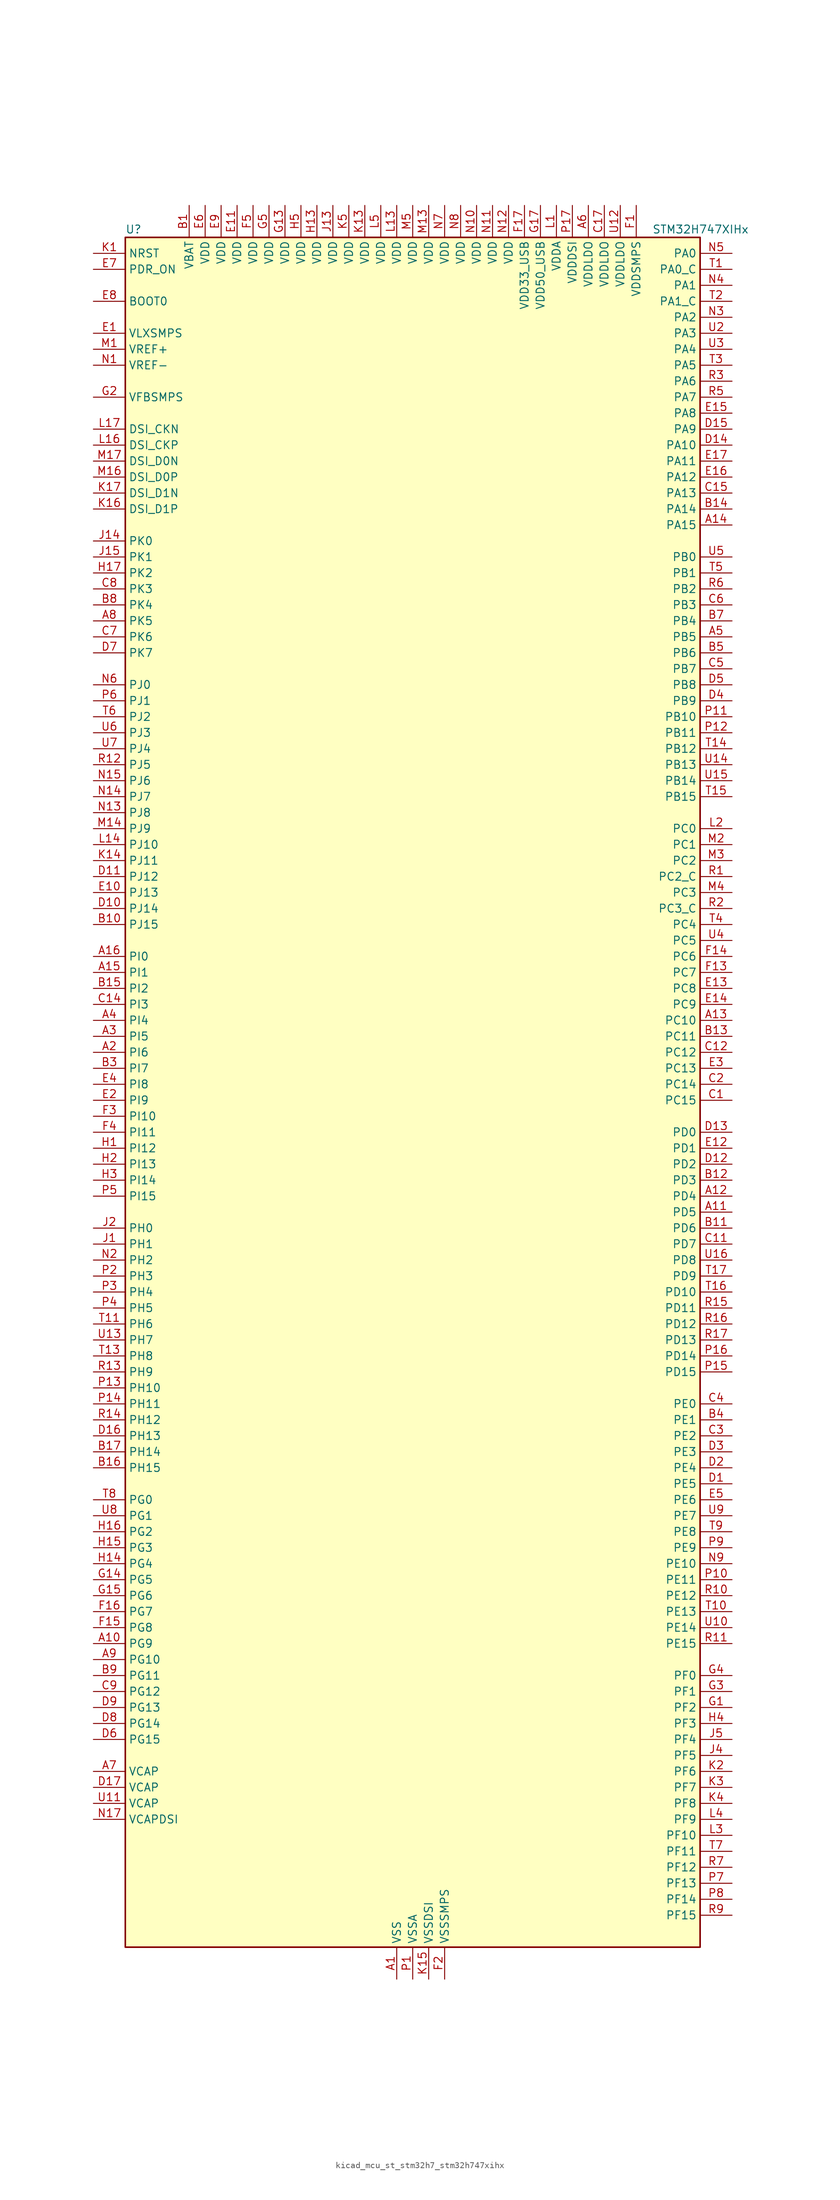
<source format=kicad_sym>
(kicad_symbol_lib
  (version 20220914)
  (generator kicad_symbol_editor)
  (symbol "kicad_mcu_st_stm32h7_stm32h747xihx"
    (property "Reference" "U"
      (at -45.72 138.43 0)
      (effects (font (size 1.27 1.27)) (justify left)))
    (property "Value" "STM32H747XIHx"
      (at 38.1 138.43 0)
      (effects (font (size 1.27 1.27)) (justify left)))
    (property "ki_locked" ""
      (at 0 0 0)
      (effects (font (size 1.27 1.27))))
    (symbol "kicad_mcu_st_stm32h7_stm32h747xihx_0_1"
      (rectangle (start -45.72 -134.62) (end 45.72 137.16) (stroke (width 0.254) (type default)) (fill (type background))))
    (symbol "kicad_mcu_st_stm32h7_stm32h747xihx_1_1"
      (pin power_in line (at -2.54 -139.7 90) (length 5.08) (name "VSS" (effects (font (size 1.27 1.27)))) (number "A1" (effects (font (size 1.27 1.27)))))
      (pin bidirectional line (at -50.8 -86.36 0) (length 5.08) (name "PG9" (effects (font (size 1.27 1.27)))) (number "A10" (effects (font (size 1.27 1.27)))) (alternate "DAC1_EXTI9" bidirectional line) (alternate "DCMI_VSYNC" bidirectional line) (alternate "FMC_NCE" bidirectional line) (alternate "FMC_NE2" bidirectional line) (alternate "I2S1_SDI" bidirectional line) (alternate "QUADSPI_BK2_IO2" bidirectional line) (alternate "SAI2_FS_B" bidirectional line) (alternate "SPDIFRX1_IN3" bidirectional line) (alternate "SPI1_MISO" bidirectional line) (alternate "USART6_RX" bidirectional line))
      (pin bidirectional line (at 50.8 -17.78 180) (length 5.08) (name "PD5" (effects (font (size 1.27 1.27)))) (number "A11" (effects (font (size 1.27 1.27)))) (alternate "FMC_NWE" bidirectional line) (alternate "HRTIM_EEV3" bidirectional line) (alternate "USART2_TX" bidirectional line))
      (pin bidirectional line (at 50.8 -15.24 180) (length 5.08) (name "PD4" (effects (font (size 1.27 1.27)))) (number "A12" (effects (font (size 1.27 1.27)))) (alternate "FMC_NOE" bidirectional line) (alternate "HRTIM_FLT3" bidirectional line) (alternate "SAI3_FS_A" bidirectional line) (alternate "USART2_DE" bidirectional line) (alternate "USART2_RTS" bidirectional line))
      (pin bidirectional line (at 50.8 12.7 180) (length 5.08) (name "PC10" (effects (font (size 1.27 1.27)))) (number "A13" (effects (font (size 1.27 1.27)))) (alternate "DCMI_D8" bidirectional line) (alternate "DFSDM1_CKIN5" bidirectional line) (alternate "HRTIM_EEV1" bidirectional line) (alternate "I2S3_CK" bidirectional line) (alternate "LTDC_R2" bidirectional line) (alternate "QUADSPI_BK1_IO1" bidirectional line) (alternate "SDMMC1_D2" bidirectional line) (alternate "SPI3_SCK" bidirectional line) (alternate "UART4_TX" bidirectional line) (alternate "USART3_TX" bidirectional line))
      (pin bidirectional line (at 50.8 91.44 180) (length 5.08) (name "PA15" (effects (font (size 1.27 1.27)))) (number "A14" (effects (font (size 1.27 1.27)))) (alternate "ADC1_EXTI15" bidirectional line) (alternate "ADC2_EXTI15" bidirectional line) (alternate "ADC3_EXTI15" bidirectional line) (alternate "CEC" bidirectional line) (alternate "DEBUG_JTDI" bidirectional line) (alternate "DSIHOST_TE" bidirectional line) (alternate "HRTIM_FLT1" bidirectional line) (alternate "I2S1_WS" bidirectional line) (alternate "I2S3_WS" bidirectional line) (alternate "SPI1_NSS" bidirectional line) (alternate "SPI3_NSS" bidirectional line) (alternate "SPI6_NSS" bidirectional line) (alternate "TIM2_CH1" bidirectional line) (alternate "TIM2_ETR" bidirectional line) (alternate "UART4_DE" bidirectional line) (alternate "UART4_RTS" bidirectional line) (alternate "UART7_TX" bidirectional line))
      (pin bidirectional line (at -50.8 20.32 0) (length 5.08) (name "PI1" (effects (font (size 1.27 1.27)))) (number "A15" (effects (font (size 1.27 1.27)))) (alternate "DCMI_D8" bidirectional line) (alternate "FMC_D25" bidirectional line) (alternate "I2S2_CK" bidirectional line) (alternate "LTDC_G6" bidirectional line) (alternate "SPI2_SCK" bidirectional line) (alternate "TIM8_BKIN2" bidirectional line) (alternate "TIM8_BKIN2_COMP1" bidirectional line) (alternate "TIM8_BKIN2_COMP2" bidirectional line))
      (pin bidirectional line (at -50.8 22.86 0) (length 5.08) (name "PI0" (effects (font (size 1.27 1.27)))) (number "A16" (effects (font (size 1.27 1.27)))) (alternate "DCMI_D13" bidirectional line) (alternate "FMC_D24" bidirectional line) (alternate "I2S2_WS" bidirectional line) (alternate "LTDC_G5" bidirectional line) (alternate "SPI2_NSS" bidirectional line) (alternate "TIM5_CH4" bidirectional line))
      (pin passive line (at -2.54 -139.7 90) (length 5.08) hide (name "VSS" (effects (font (size 1.27 1.27)))) (number "A17" (effects (font (size 1.27 1.27)))))
      (pin bidirectional line (at -50.8 7.62 0) (length 5.08) (name "PI6" (effects (font (size 1.27 1.27)))) (number "A2" (effects (font (size 1.27 1.27)))) (alternate "DCMI_D6" bidirectional line) (alternate "FMC_D28" bidirectional line) (alternate "LTDC_B6" bidirectional line) (alternate "SAI2_SD_A" bidirectional line) (alternate "TIM8_CH2" bidirectional line))
      (pin bidirectional line (at -50.8 10.16 0) (length 5.08) (name "PI5" (effects (font (size 1.27 1.27)))) (number "A3" (effects (font (size 1.27 1.27)))) (alternate "DCMI_VSYNC" bidirectional line) (alternate "FMC_NBL3" bidirectional line) (alternate "LTDC_B5" bidirectional line) (alternate "SAI2_SCK_A" bidirectional line) (alternate "TIM8_CH1" bidirectional line))
      (pin bidirectional line (at -50.8 12.7 0) (length 5.08) (name "PI4" (effects (font (size 1.27 1.27)))) (number "A4" (effects (font (size 1.27 1.27)))) (alternate "DCMI_D5" bidirectional line) (alternate "FMC_NBL2" bidirectional line) (alternate "LTDC_B4" bidirectional line) (alternate "SAI2_MCLK_A" bidirectional line) (alternate "TIM8_BKIN" bidirectional line) (alternate "TIM8_BKIN_COMP1" bidirectional line) (alternate "TIM8_BKIN_COMP2" bidirectional line))
      (pin bidirectional line (at 50.8 73.66 180) (length 5.08) (name "PB5" (effects (font (size 1.27 1.27)))) (number "A5" (effects (font (size 1.27 1.27)))) (alternate "DCMI_D10" bidirectional line) (alternate "ETH_PPS_OUT" bidirectional line) (alternate "FDCAN2_RX" bidirectional line) (alternate "FMC_SDCKE1" bidirectional line) (alternate "HRTIM_EEV7" bidirectional line) (alternate "I2C1_SMBA" bidirectional line) (alternate "I2C4_SMBA" bidirectional line) (alternate "I2S1_SDO" bidirectional line) (alternate "I2S3_SDO" bidirectional line) (alternate "SPI1_MOSI" bidirectional line) (alternate "SPI3_MOSI" bidirectional line) (alternate "SPI6_MOSI" bidirectional line) (alternate "TIM17_BKIN" bidirectional line) (alternate "TIM3_CH2" bidirectional line) (alternate "UART5_RX" bidirectional line) (alternate "USB_OTG_HS_ULPI_D7" bidirectional line))
      (pin power_in line (at 27.94 142.24 270) (length 5.08) (name "VDDLDO" (effects (font (size 1.27 1.27)))) (number "A6" (effects (font (size 1.27 1.27)))))
      (pin power_out line (at -50.8 -106.68 0) (length 5.08) (name "VCAP" (effects (font (size 1.27 1.27)))) (number "A7" (effects (font (size 1.27 1.27)))))
      (pin bidirectional line (at -50.8 76.2 0) (length 5.08) (name "PK5" (effects (font (size 1.27 1.27)))) (number "A8" (effects (font (size 1.27 1.27)))) (alternate "LTDC_B6" bidirectional line))
      (pin bidirectional line (at -50.8 -88.9 0) (length 5.08) (name "PG10" (effects (font (size 1.27 1.27)))) (number "A9" (effects (font (size 1.27 1.27)))) (alternate "DCMI_D2" bidirectional line) (alternate "FMC_NE3" bidirectional line) (alternate "HRTIM_FLT5" bidirectional line) (alternate "I2S1_WS" bidirectional line) (alternate "LTDC_B2" bidirectional line) (alternate "LTDC_G3" bidirectional line) (alternate "SAI2_SD_B" bidirectional line) (alternate "SPI1_NSS" bidirectional line))
      (pin power_in line (at -35.56 142.24 270) (length 5.08) (name "VBAT" (effects (font (size 1.27 1.27)))) (number "B1" (effects (font (size 1.27 1.27)))))
      (pin bidirectional line (at -50.8 27.94 0) (length 5.08) (name "PJ15" (effects (font (size 1.27 1.27)))) (number "B10" (effects (font (size 1.27 1.27)))) (alternate "ADC1_EXTI15" bidirectional line) (alternate "ADC2_EXTI15" bidirectional line) (alternate "ADC3_EXTI15" bidirectional line) (alternate "LTDC_B3" bidirectional line))
      (pin bidirectional line (at 50.8 -20.32 180) (length 5.08) (name "PD6" (effects (font (size 1.27 1.27)))) (number "B11" (effects (font (size 1.27 1.27)))) (alternate "DCMI_D10" bidirectional line) (alternate "DFSDM1_CKIN4" bidirectional line) (alternate "DFSDM1_DATIN1" bidirectional line) (alternate "FMC_NWAIT" bidirectional line) (alternate "I2S3_SDO" bidirectional line) (alternate "LTDC_B2" bidirectional line) (alternate "SAI1_D1" bidirectional line) (alternate "SAI1_SD_A" bidirectional line) (alternate "SAI4_D1" bidirectional line) (alternate "SAI4_SD_A" bidirectional line) (alternate "SDMMC2_CK" bidirectional line) (alternate "SPI3_MOSI" bidirectional line) (alternate "USART2_RX" bidirectional line))
      (pin bidirectional line (at 50.8 -12.7 180) (length 5.08) (name "PD3" (effects (font (size 1.27 1.27)))) (number "B12" (effects (font (size 1.27 1.27)))) (alternate "DCMI_D5" bidirectional line) (alternate "DFSDM1_CKOUT" bidirectional line) (alternate "FMC_CLK" bidirectional line) (alternate "I2S2_CK" bidirectional line) (alternate "LTDC_G7" bidirectional line) (alternate "SPI2_SCK" bidirectional line) (alternate "USART2_CTS" bidirectional line) (alternate "USART2_NSS" bidirectional line))
      (pin bidirectional line (at 50.8 10.16 180) (length 5.08) (name "PC11" (effects (font (size 1.27 1.27)))) (number "B13" (effects (font (size 1.27 1.27)))) (alternate "ADC1_EXTI11" bidirectional line) (alternate "ADC2_EXTI11" bidirectional line) (alternate "ADC3_EXTI11" bidirectional line) (alternate "DCMI_D4" bidirectional line) (alternate "DFSDM1_DATIN5" bidirectional line) (alternate "HRTIM_FLT2" bidirectional line) (alternate "I2S3_SDI" bidirectional line) (alternate "QUADSPI_BK2_NCS" bidirectional line) (alternate "SDMMC1_D3" bidirectional line) (alternate "SPI3_MISO" bidirectional line) (alternate "UART4_RX" bidirectional line) (alternate "USART3_RX" bidirectional line))
      (pin bidirectional line (at 50.8 93.98 180) (length 5.08) (name "PA14" (effects (font (size 1.27 1.27)))) (number "B14" (effects (font (size 1.27 1.27)))) (alternate "DEBUG_JTCK-SWCLK" bidirectional line))
      (pin bidirectional line (at -50.8 17.78 0) (length 5.08) (name "PI2" (effects (font (size 1.27 1.27)))) (number "B15" (effects (font (size 1.27 1.27)))) (alternate "DCMI_D9" bidirectional line) (alternate "FMC_D26" bidirectional line) (alternate "I2S2_SDI" bidirectional line) (alternate "LTDC_G7" bidirectional line) (alternate "SPI2_MISO" bidirectional line) (alternate "TIM8_CH4" bidirectional line))
      (pin bidirectional line (at -50.8 -58.42 0) (length 5.08) (name "PH15" (effects (font (size 1.27 1.27)))) (number "B16" (effects (font (size 1.27 1.27)))) (alternate "ADC1_EXTI15" bidirectional line) (alternate "ADC2_EXTI15" bidirectional line) (alternate "ADC3_EXTI15" bidirectional line) (alternate "DCMI_D11" bidirectional line) (alternate "FMC_D23" bidirectional line) (alternate "LTDC_G4" bidirectional line) (alternate "TIM8_CH3N" bidirectional line))
      (pin bidirectional line (at -50.8 -55.88 0) (length 5.08) (name "PH14" (effects (font (size 1.27 1.27)))) (number "B17" (effects (font (size 1.27 1.27)))) (alternate "DCMI_D4" bidirectional line) (alternate "FDCAN1_RX" bidirectional line) (alternate "FMC_D22" bidirectional line) (alternate "LTDC_G3" bidirectional line) (alternate "TIM8_CH2N" bidirectional line) (alternate "UART4_RX" bidirectional line))
      (pin passive line (at -2.54 -139.7 90) (length 5.08) hide (name "VSS" (effects (font (size 1.27 1.27)))) (number "B2" (effects (font (size 1.27 1.27)))))
      (pin bidirectional line (at -50.8 5.08 0) (length 5.08) (name "PI7" (effects (font (size 1.27 1.27)))) (number "B3" (effects (font (size 1.27 1.27)))) (alternate "DCMI_D7" bidirectional line) (alternate "FMC_D29" bidirectional line) (alternate "LTDC_B7" bidirectional line) (alternate "SAI2_FS_A" bidirectional line) (alternate "TIM8_CH3" bidirectional line))
      (pin bidirectional line (at 50.8 -50.8 180) (length 5.08) (name "PE1" (effects (font (size 1.27 1.27)))) (number "B4" (effects (font (size 1.27 1.27)))) (alternate "DCMI_D3" bidirectional line) (alternate "FMC_NBL1" bidirectional line) (alternate "HRTIM_SCOUT" bidirectional line) (alternate "LPTIM1_IN2" bidirectional line) (alternate "UART8_TX" bidirectional line))
      (pin bidirectional line (at 50.8 71.12 180) (length 5.08) (name "PB6" (effects (font (size 1.27 1.27)))) (number "B5" (effects (font (size 1.27 1.27)))) (alternate "CEC" bidirectional line) (alternate "DCMI_D5" bidirectional line) (alternate "DFSDM1_DATIN5" bidirectional line) (alternate "FDCAN2_TX" bidirectional line) (alternate "FMC_SDNE1" bidirectional line) (alternate "HRTIM_EEV8" bidirectional line) (alternate "I2C1_SCL" bidirectional line) (alternate "I2C4_SCL" bidirectional line) (alternate "LPUART1_TX" bidirectional line) (alternate "QUADSPI_BK1_NCS" bidirectional line) (alternate "TIM16_CH1N" bidirectional line) (alternate "TIM4_CH1" bidirectional line) (alternate "UART5_TX" bidirectional line) (alternate "USART1_TX" bidirectional line))
      (pin passive line (at -2.54 -139.7 90) (length 5.08) hide (name "VSS" (effects (font (size 1.27 1.27)))) (number "B6" (effects (font (size 1.27 1.27)))))
      (pin bidirectional line (at 50.8 76.2 180) (length 5.08) (name "PB4" (effects (font (size 1.27 1.27)))) (number "B7" (effects (font (size 1.27 1.27)))) (alternate "DEBUG_JTRST" bidirectional line) (alternate "HRTIM_EEV6" bidirectional line) (alternate "I2S1_SDI" bidirectional line) (alternate "I2S2_WS" bidirectional line) (alternate "I2S3_SDI" bidirectional line) (alternate "SDMMC2_D3" bidirectional line) (alternate "SPI1_MISO" bidirectional line) (alternate "SPI2_NSS" bidirectional line) (alternate "SPI3_MISO" bidirectional line) (alternate "SPI6_MISO" bidirectional line) (alternate "TIM16_BKIN" bidirectional line) (alternate "TIM3_CH1" bidirectional line) (alternate "UART7_TX" bidirectional line))
      (pin bidirectional line (at -50.8 78.74 0) (length 5.08) (name "PK4" (effects (font (size 1.27 1.27)))) (number "B8" (effects (font (size 1.27 1.27)))) (alternate "LTDC_B5" bidirectional line))
      (pin bidirectional line (at -50.8 -91.44 0) (length 5.08) (name "PG11" (effects (font (size 1.27 1.27)))) (number "B9" (effects (font (size 1.27 1.27)))) (alternate "ADC1_EXTI11" bidirectional line) (alternate "ADC2_EXTI11" bidirectional line) (alternate "ADC3_EXTI11" bidirectional line) (alternate "DCMI_D3" bidirectional line) (alternate "ETH_TX_EN" bidirectional line) (alternate "HRTIM_EEV4" bidirectional line) (alternate "I2S1_CK" bidirectional line) (alternate "LPTIM1_IN2" bidirectional line) (alternate "LTDC_B3" bidirectional line) (alternate "SDMMC2_D2" bidirectional line) (alternate "SPDIFRX1_IN0" bidirectional line) (alternate "SPI1_SCK" bidirectional line))
      (pin bidirectional line (at 50.8 0 180) (length 5.08) (name "PC15" (effects (font (size 1.27 1.27)))) (number "C1" (effects (font (size 1.27 1.27)))) (alternate "ADC1_EXTI15" bidirectional line) (alternate "ADC2_EXTI15" bidirectional line) (alternate "ADC3_EXTI15" bidirectional line) (alternate "RCC_OSC32_OUT" bidirectional line))
      (pin passive line (at -2.54 -139.7 90) (length 5.08) hide (name "VSS" (effects (font (size 1.27 1.27)))) (number "C10" (effects (font (size 1.27 1.27)))))
      (pin bidirectional line (at 50.8 -22.86 180) (length 5.08) (name "PD7" (effects (font (size 1.27 1.27)))) (number "C11" (effects (font (size 1.27 1.27)))) (alternate "DFSDM1_CKIN1" bidirectional line) (alternate "DFSDM1_DATIN4" bidirectional line) (alternate "FMC_NE1" bidirectional line) (alternate "I2S1_SDO" bidirectional line) (alternate "SDMMC2_CMD" bidirectional line) (alternate "SPDIFRX1_IN0" bidirectional line) (alternate "SPI1_MOSI" bidirectional line) (alternate "USART2_CK" bidirectional line))
      (pin bidirectional line (at 50.8 7.62 180) (length 5.08) (name "PC12" (effects (font (size 1.27 1.27)))) (number "C12" (effects (font (size 1.27 1.27)))) (alternate "DCMI_D9" bidirectional line) (alternate "DEBUG_TRACED3" bidirectional line) (alternate "HRTIM_EEV2" bidirectional line) (alternate "I2S3_SDO" bidirectional line) (alternate "SDMMC1_CK" bidirectional line) (alternate "SPI3_MOSI" bidirectional line) (alternate "UART5_TX" bidirectional line) (alternate "USART3_CK" bidirectional line))
      (pin passive line (at -2.54 -139.7 90) (length 5.08) hide (name "VSS" (effects (font (size 1.27 1.27)))) (number "C13" (effects (font (size 1.27 1.27)))))
      (pin bidirectional line (at -50.8 15.24 0) (length 5.08) (name "PI3" (effects (font (size 1.27 1.27)))) (number "C14" (effects (font (size 1.27 1.27)))) (alternate "DCMI_D10" bidirectional line) (alternate "FMC_D27" bidirectional line) (alternate "I2S2_SDO" bidirectional line) (alternate "SPI2_MOSI" bidirectional line) (alternate "TIM8_ETR" bidirectional line))
      (pin bidirectional line (at 50.8 96.52 180) (length 5.08) (name "PA13" (effects (font (size 1.27 1.27)))) (number "C15" (effects (font (size 1.27 1.27)))) (alternate "DEBUG_JTMS-SWDIO" bidirectional line))
      (pin passive line (at -2.54 -139.7 90) (length 5.08) hide (name "VSS" (effects (font (size 1.27 1.27)))) (number "C16" (effects (font (size 1.27 1.27)))))
      (pin power_in line (at 30.48 142.24 270) (length 5.08) (name "VDDLDO" (effects (font (size 1.27 1.27)))) (number "C17" (effects (font (size 1.27 1.27)))))
      (pin bidirectional line (at 50.8 2.54 180) (length 5.08) (name "PC14" (effects (font (size 1.27 1.27)))) (number "C2" (effects (font (size 1.27 1.27)))) (alternate "RCC_OSC32_IN" bidirectional line))
      (pin bidirectional line (at 50.8 -53.34 180) (length 5.08) (name "PE2" (effects (font (size 1.27 1.27)))) (number "C3" (effects (font (size 1.27 1.27)))) (alternate "DEBUG_TRACECLK" bidirectional line) (alternate "ETH_TXD3" bidirectional line) (alternate "FMC_A23" bidirectional line) (alternate "QUADSPI_BK1_IO2" bidirectional line) (alternate "SAI1_CK1" bidirectional line) (alternate "SAI1_MCLK_A" bidirectional line) (alternate "SAI4_CK1" bidirectional line) (alternate "SAI4_MCLK_A" bidirectional line) (alternate "SPI4_SCK" bidirectional line))
      (pin bidirectional line (at 50.8 -48.26 180) (length 5.08) (name "PE0" (effects (font (size 1.27 1.27)))) (number "C4" (effects (font (size 1.27 1.27)))) (alternate "DCMI_D2" bidirectional line) (alternate "FMC_NBL0" bidirectional line) (alternate "HRTIM_SCIN" bidirectional line) (alternate "LPTIM1_ETR" bidirectional line) (alternate "LPTIM2_ETR" bidirectional line) (alternate "SAI2_MCLK_A" bidirectional line) (alternate "TIM4_ETR" bidirectional line) (alternate "UART8_RX" bidirectional line))
      (pin bidirectional line (at 50.8 68.58 180) (length 5.08) (name "PB7" (effects (font (size 1.27 1.27)))) (number "C5" (effects (font (size 1.27 1.27)))) (alternate "DCMI_VSYNC" bidirectional line) (alternate "DFSDM1_CKIN5" bidirectional line) (alternate "FMC_NL" bidirectional line) (alternate "HRTIM_EEV9" bidirectional line) (alternate "I2C1_SDA" bidirectional line) (alternate "I2C4_SDA" bidirectional line) (alternate "LPUART1_RX" bidirectional line) (alternate "PWR_PVD_IN" bidirectional line) (alternate "TIM17_CH1N" bidirectional line) (alternate "TIM4_CH2" bidirectional line) (alternate "USART1_RX" bidirectional line))
      (pin bidirectional line (at 50.8 78.74 180) (length 5.08) (name "PB3" (effects (font (size 1.27 1.27)))) (number "C6" (effects (font (size 1.27 1.27)))) (alternate "CRS_SYNC" bidirectional line) (alternate "DEBUG_JTDO-SWO" bidirectional line) (alternate "HRTIM_FLT4" bidirectional line) (alternate "I2S1_CK" bidirectional line) (alternate "I2S3_CK" bidirectional line) (alternate "SDMMC2_D2" bidirectional line) (alternate "SPI1_SCK" bidirectional line) (alternate "SPI3_SCK" bidirectional line) (alternate "SPI6_SCK" bidirectional line) (alternate "TIM2_CH2" bidirectional line) (alternate "UART7_RX" bidirectional line))
      (pin bidirectional line (at -50.8 73.66 0) (length 5.08) (name "PK6" (effects (font (size 1.27 1.27)))) (number "C7" (effects (font (size 1.27 1.27)))) (alternate "LTDC_B7" bidirectional line))
      (pin bidirectional line (at -50.8 81.28 0) (length 5.08) (name "PK3" (effects (font (size 1.27 1.27)))) (number "C8" (effects (font (size 1.27 1.27)))) (alternate "LTDC_B4" bidirectional line))
      (pin bidirectional line (at -50.8 -93.98 0) (length 5.08) (name "PG12" (effects (font (size 1.27 1.27)))) (number "C9" (effects (font (size 1.27 1.27)))) (alternate "ETH_TXD1" bidirectional line) (alternate "FMC_NE4" bidirectional line) (alternate "HRTIM_EEV5" bidirectional line) (alternate "LPTIM1_IN1" bidirectional line) (alternate "LTDC_B1" bidirectional line) (alternate "LTDC_B4" bidirectional line) (alternate "SPDIFRX1_IN1" bidirectional line) (alternate "SPI6_MISO" bidirectional line) (alternate "USART6_DE" bidirectional line) (alternate "USART6_RTS" bidirectional line))
      (pin bidirectional line (at 50.8 -60.96 180) (length 5.08) (name "PE5" (effects (font (size 1.27 1.27)))) (number "D1" (effects (font (size 1.27 1.27)))) (alternate "DCMI_D6" bidirectional line) (alternate "DEBUG_TRACED2" bidirectional line) (alternate "DFSDM1_CKIN3" bidirectional line) (alternate "FMC_A21" bidirectional line) (alternate "LTDC_G0" bidirectional line) (alternate "SAI1_CK2" bidirectional line) (alternate "SAI1_SCK_A" bidirectional line) (alternate "SAI4_CK2" bidirectional line) (alternate "SAI4_SCK_A" bidirectional line) (alternate "SPI4_MISO" bidirectional line) (alternate "TIM15_CH1" bidirectional line))
      (pin bidirectional line (at -50.8 30.48 0) (length 5.08) (name "PJ14" (effects (font (size 1.27 1.27)))) (number "D10" (effects (font (size 1.27 1.27)))) (alternate "LTDC_B2" bidirectional line))
      (pin bidirectional line (at -50.8 35.56 0) (length 5.08) (name "PJ12" (effects (font (size 1.27 1.27)))) (number "D11" (effects (font (size 1.27 1.27)))) (alternate "DEBUG_TRGOUT" bidirectional line) (alternate "LTDC_B0" bidirectional line) (alternate "LTDC_G3" bidirectional line))
      (pin bidirectional line (at 50.8 -10.16 180) (length 5.08) (name "PD2" (effects (font (size 1.27 1.27)))) (number "D12" (effects (font (size 1.27 1.27)))) (alternate "DCMI_D11" bidirectional line) (alternate "DEBUG_TRACED2" bidirectional line) (alternate "SDMMC1_CMD" bidirectional line) (alternate "TIM3_ETR" bidirectional line) (alternate "UART5_RX" bidirectional line))
      (pin bidirectional line (at 50.8 -5.08 180) (length 5.08) (name "PD0" (effects (font (size 1.27 1.27)))) (number "D13" (effects (font (size 1.27 1.27)))) (alternate "DFSDM1_CKIN6" bidirectional line) (alternate "FDCAN1_RX" bidirectional line) (alternate "FMC_D2" bidirectional line) (alternate "FMC_DA2" bidirectional line) (alternate "SAI3_SCK_A" bidirectional line) (alternate "UART4_RX" bidirectional line))
      (pin bidirectional line (at 50.8 104.14 180) (length 5.08) (name "PA10" (effects (font (size 1.27 1.27)))) (number "D14" (effects (font (size 1.27 1.27)))) (alternate "DCMI_D1" bidirectional line) (alternate "HRTIM_CHC2" bidirectional line) (alternate "LPUART1_RX" bidirectional line) (alternate "LTDC_B1" bidirectional line) (alternate "LTDC_B4" bidirectional line) (alternate "MDIOS_MDIO" bidirectional line) (alternate "TIM1_CH3" bidirectional line) (alternate "USART1_RX" bidirectional line) (alternate "USB_OTG_FS_ID" bidirectional line))
      (pin bidirectional line (at 50.8 106.68 180) (length 5.08) (name "PA9" (effects (font (size 1.27 1.27)))) (number "D15" (effects (font (size 1.27 1.27)))) (alternate "DAC1_EXTI9" bidirectional line) (alternate "DCMI_D0" bidirectional line) (alternate "HRTIM_CHC1" bidirectional line) (alternate "I2C3_SMBA" bidirectional line) (alternate "I2S2_CK" bidirectional line) (alternate "LPUART1_TX" bidirectional line) (alternate "LTDC_R5" bidirectional line) (alternate "SPI2_SCK" bidirectional line) (alternate "TIM1_CH2" bidirectional line) (alternate "USART1_TX" bidirectional line) (alternate "USB_OTG_FS_VBUS" bidirectional line))
      (pin bidirectional line (at -50.8 -53.34 0) (length 5.08) (name "PH13" (effects (font (size 1.27 1.27)))) (number "D16" (effects (font (size 1.27 1.27)))) (alternate "FDCAN1_TX" bidirectional line) (alternate "FMC_D21" bidirectional line) (alternate "LTDC_G2" bidirectional line) (alternate "TIM8_CH1N" bidirectional line) (alternate "UART4_TX" bidirectional line))
      (pin power_out line (at -50.8 -109.22 0) (length 5.08) (name "VCAP" (effects (font (size 1.27 1.27)))) (number "D17" (effects (font (size 1.27 1.27)))))
      (pin bidirectional line (at 50.8 -58.42 180) (length 5.08) (name "PE4" (effects (font (size 1.27 1.27)))) (number "D2" (effects (font (size 1.27 1.27)))) (alternate "DCMI_D4" bidirectional line) (alternate "DEBUG_TRACED1" bidirectional line) (alternate "DFSDM1_DATIN3" bidirectional line) (alternate "FMC_A20" bidirectional line) (alternate "LTDC_B0" bidirectional line) (alternate "SAI1_D2" bidirectional line) (alternate "SAI1_FS_A" bidirectional line) (alternate "SAI4_D2" bidirectional line) (alternate "SAI4_FS_A" bidirectional line) (alternate "SPI4_NSS" bidirectional line) (alternate "TIM15_CH1N" bidirectional line))
      (pin bidirectional line (at 50.8 -55.88 180) (length 5.08) (name "PE3" (effects (font (size 1.27 1.27)))) (number "D3" (effects (font (size 1.27 1.27)))) (alternate "DEBUG_TRACED0" bidirectional line) (alternate "FMC_A19" bidirectional line) (alternate "SAI1_SD_B" bidirectional line) (alternate "SAI4_SD_B" bidirectional line) (alternate "TIM15_BKIN" bidirectional line))
      (pin bidirectional line (at 50.8 63.5 180) (length 5.08) (name "PB9" (effects (font (size 1.27 1.27)))) (number "D4" (effects (font (size 1.27 1.27)))) (alternate "DAC1_EXTI9" bidirectional line) (alternate "DCMI_D7" bidirectional line) (alternate "DFSDM1_DATIN7" bidirectional line) (alternate "FDCAN1_TX" bidirectional line) (alternate "I2C1_SDA" bidirectional line) (alternate "I2C4_SDA" bidirectional line) (alternate "I2C4_SMBA" bidirectional line) (alternate "I2S2_WS" bidirectional line) (alternate "LTDC_B7" bidirectional line) (alternate "SDMMC1_CDIR" bidirectional line) (alternate "SDMMC1_D5" bidirectional line) (alternate "SDMMC2_D5" bidirectional line) (alternate "SPI2_NSS" bidirectional line) (alternate "TIM17_CH1" bidirectional line) (alternate "TIM4_CH4" bidirectional line) (alternate "UART4_TX" bidirectional line))
      (pin bidirectional line (at 50.8 66.04 180) (length 5.08) (name "PB8" (effects (font (size 1.27 1.27)))) (number "D5" (effects (font (size 1.27 1.27)))) (alternate "DCMI_D6" bidirectional line) (alternate "DFSDM1_CKIN7" bidirectional line) (alternate "ETH_TXD3" bidirectional line) (alternate "FDCAN1_RX" bidirectional line) (alternate "I2C1_SCL" bidirectional line) (alternate "I2C4_SCL" bidirectional line) (alternate "LTDC_B6" bidirectional line) (alternate "SDMMC1_CKIN" bidirectional line) (alternate "SDMMC1_D4" bidirectional line) (alternate "SDMMC2_D4" bidirectional line) (alternate "TIM16_CH1" bidirectional line) (alternate "TIM4_CH3" bidirectional line) (alternate "UART4_RX" bidirectional line))
      (pin bidirectional line (at -50.8 -101.6 0) (length 5.08) (name "PG15" (effects (font (size 1.27 1.27)))) (number "D6" (effects (font (size 1.27 1.27)))) (alternate "ADC1_EXTI15" bidirectional line) (alternate "ADC2_EXTI15" bidirectional line) (alternate "ADC3_EXTI15" bidirectional line) (alternate "DCMI_D13" bidirectional line) (alternate "FMC_SDNCAS" bidirectional line) (alternate "USART6_CTS" bidirectional line) (alternate "USART6_NSS" bidirectional line))
      (pin bidirectional line (at -50.8 71.12 0) (length 5.08) (name "PK7" (effects (font (size 1.27 1.27)))) (number "D7" (effects (font (size 1.27 1.27)))) (alternate "LTDC_DE" bidirectional line))
      (pin bidirectional line (at -50.8 -99.06 0) (length 5.08) (name "PG14" (effects (font (size 1.27 1.27)))) (number "D8" (effects (font (size 1.27 1.27)))) (alternate "DEBUG_TRACED1" bidirectional line) (alternate "ETH_TXD1" bidirectional line) (alternate "FMC_A25" bidirectional line) (alternate "LPTIM1_ETR" bidirectional line) (alternate "LTDC_B0" bidirectional line) (alternate "QUADSPI_BK2_IO3" bidirectional line) (alternate "SPI6_MOSI" bidirectional line) (alternate "USART6_TX" bidirectional line))
      (pin bidirectional line (at -50.8 -96.52 0) (length 5.08) (name "PG13" (effects (font (size 1.27 1.27)))) (number "D9" (effects (font (size 1.27 1.27)))) (alternate "DEBUG_TRACED0" bidirectional line) (alternate "ETH_TXD0" bidirectional line) (alternate "FMC_A24" bidirectional line) (alternate "HRTIM_EEV10" bidirectional line) (alternate "LPTIM1_OUT" bidirectional line) (alternate "LTDC_R0" bidirectional line) (alternate "SPI6_SCK" bidirectional line) (alternate "USART6_CTS" bidirectional line) (alternate "USART6_NSS" bidirectional line))
      (pin power_in line (at -50.8 121.92 0) (length 5.08) (name "VLXSMPS" (effects (font (size 1.27 1.27)))) (number "E1" (effects (font (size 1.27 1.27)))))
      (pin bidirectional line (at -50.8 33.02 0) (length 5.08) (name "PJ13" (effects (font (size 1.27 1.27)))) (number "E10" (effects (font (size 1.27 1.27)))) (alternate "LTDC_B1" bidirectional line) (alternate "LTDC_B4" bidirectional line))
      (pin power_in line (at -27.94 142.24 270) (length 5.08) (name "VDD" (effects (font (size 1.27 1.27)))) (number "E11" (effects (font (size 1.27 1.27)))))
      (pin bidirectional line (at 50.8 -7.62 180) (length 5.08) (name "PD1" (effects (font (size 1.27 1.27)))) (number "E12" (effects (font (size 1.27 1.27)))) (alternate "DFSDM1_DATIN6" bidirectional line) (alternate "FDCAN1_TX" bidirectional line) (alternate "FMC_D3" bidirectional line) (alternate "FMC_DA3" bidirectional line) (alternate "SAI3_SD_A" bidirectional line) (alternate "UART4_TX" bidirectional line))
      (pin bidirectional line (at 50.8 17.78 180) (length 5.08) (name "PC8" (effects (font (size 1.27 1.27)))) (number "E13" (effects (font (size 1.27 1.27)))) (alternate "DCMI_D2" bidirectional line) (alternate "DEBUG_TRACED1" bidirectional line) (alternate "FMC_NCE" bidirectional line) (alternate "FMC_NE2" bidirectional line) (alternate "HRTIM_CHB1" bidirectional line) (alternate "SDMMC1_D0" bidirectional line) (alternate "SWPMI1_RX" bidirectional line) (alternate "TIM3_CH3" bidirectional line) (alternate "TIM8_CH3" bidirectional line) (alternate "UART5_DE" bidirectional line) (alternate "UART5_RTS" bidirectional line) (alternate "USART6_CK" bidirectional line))
      (pin bidirectional line (at 50.8 15.24 180) (length 5.08) (name "PC9" (effects (font (size 1.27 1.27)))) (number "E14" (effects (font (size 1.27 1.27)))) (alternate "DAC1_EXTI9" bidirectional line) (alternate "DCMI_D3" bidirectional line) (alternate "I2C3_SDA" bidirectional line) (alternate "I2S_CKIN" bidirectional line) (alternate "LTDC_B2" bidirectional line) (alternate "LTDC_G3" bidirectional line) (alternate "QUADSPI_BK1_IO0" bidirectional line) (alternate "RCC_MCO_2" bidirectional line) (alternate "SDMMC1_D1" bidirectional line) (alternate "SWPMI1_SUSPEND" bidirectional line) (alternate "TIM3_CH4" bidirectional line) (alternate "TIM8_CH4" bidirectional line) (alternate "UART5_CTS" bidirectional line))
      (pin bidirectional line (at 50.8 109.22 180) (length 5.08) (name "PA8" (effects (font (size 1.27 1.27)))) (number "E15" (effects (font (size 1.27 1.27)))) (alternate "HRTIM_CHB2" bidirectional line) (alternate "I2C3_SCL" bidirectional line) (alternate "LTDC_B3" bidirectional line) (alternate "LTDC_R6" bidirectional line) (alternate "RCC_MCO_1" bidirectional line) (alternate "TIM1_CH1" bidirectional line) (alternate "TIM8_BKIN2" bidirectional line) (alternate "TIM8_BKIN2_COMP1" bidirectional line) (alternate "TIM8_BKIN2_COMP2" bidirectional line) (alternate "UART7_RX" bidirectional line) (alternate "USART1_CK" bidirectional line) (alternate "USB_OTG_FS_SOF" bidirectional line))
      (pin bidirectional line (at 50.8 99.06 180) (length 5.08) (name "PA12" (effects (font (size 1.27 1.27)))) (number "E16" (effects (font (size 1.27 1.27)))) (alternate "FDCAN1_TX" bidirectional line) (alternate "HRTIM_CHD2" bidirectional line) (alternate "I2S2_CK" bidirectional line) (alternate "LPUART1_DE" bidirectional line) (alternate "LPUART1_RTS" bidirectional line) (alternate "LTDC_R5" bidirectional line) (alternate "SAI2_FS_B" bidirectional line) (alternate "SPI2_SCK" bidirectional line) (alternate "TIM1_ETR" bidirectional line) (alternate "UART4_TX" bidirectional line) (alternate "USART1_DE" bidirectional line) (alternate "USART1_RTS" bidirectional line) (alternate "USB_OTG_FS_DP" bidirectional line))
      (pin bidirectional line (at 50.8 101.6 180) (length 5.08) (name "PA11" (effects (font (size 1.27 1.27)))) (number "E17" (effects (font (size 1.27 1.27)))) (alternate "ADC1_EXTI11" bidirectional line) (alternate "ADC2_EXTI11" bidirectional line) (alternate "ADC3_EXTI11" bidirectional line) (alternate "FDCAN1_RX" bidirectional line) (alternate "HRTIM_CHD1" bidirectional line) (alternate "I2S2_WS" bidirectional line) (alternate "LPUART1_CTS" bidirectional line) (alternate "LTDC_R4" bidirectional line) (alternate "SPI2_NSS" bidirectional line) (alternate "TIM1_CH4" bidirectional line) (alternate "UART4_RX" bidirectional line) (alternate "USART1_CTS" bidirectional line) (alternate "USART1_NSS" bidirectional line) (alternate "USB_OTG_FS_DM" bidirectional line))
      (pin bidirectional line (at -50.8 0 0) (length 5.08) (name "PI9" (effects (font (size 1.27 1.27)))) (number "E2" (effects (font (size 1.27 1.27)))) (alternate "DAC1_EXTI9" bidirectional line) (alternate "FDCAN1_RX" bidirectional line) (alternate "FMC_D30" bidirectional line) (alternate "LTDC_VSYNC" bidirectional line) (alternate "UART4_RX" bidirectional line))
      (pin bidirectional line (at 50.8 5.08 180) (length 5.08) (name "PC13" (effects (font (size 1.27 1.27)))) (number "E3" (effects (font (size 1.27 1.27)))) (alternate "PWR_WKUP2" bidirectional line) (alternate "RTC_OUT_ALARM" bidirectional line) (alternate "RTC_OUT_CALIB" bidirectional line) (alternate "RTC_TAMP1" bidirectional line) (alternate "RTC_TS" bidirectional line))
      (pin bidirectional line (at -50.8 2.54 0) (length 5.08) (name "PI8" (effects (font (size 1.27 1.27)))) (number "E4" (effects (font (size 1.27 1.27)))) (alternate "PWR_WKUP3" bidirectional line) (alternate "RTC_TAMP2" bidirectional line))
      (pin bidirectional line (at 50.8 -63.5 180) (length 5.08) (name "PE6" (effects (font (size 1.27 1.27)))) (number "E5" (effects (font (size 1.27 1.27)))) (alternate "DCMI_D7" bidirectional line) (alternate "DEBUG_TRACED3" bidirectional line) (alternate "FMC_A22" bidirectional line) (alternate "LTDC_G1" bidirectional line) (alternate "SAI1_D1" bidirectional line) (alternate "SAI1_SD_A" bidirectional line) (alternate "SAI2_MCLK_B" bidirectional line) (alternate "SAI4_D1" bidirectional line) (alternate "SAI4_SD_A" bidirectional line) (alternate "SPI4_MOSI" bidirectional line) (alternate "TIM15_CH2" bidirectional line) (alternate "TIM1_BKIN2" bidirectional line) (alternate "TIM1_BKIN2_COMP1" bidirectional line) (alternate "TIM1_BKIN2_COMP2" bidirectional line))
      (pin power_in line (at -33.02 142.24 270) (length 5.08) (name "VDD" (effects (font (size 1.27 1.27)))) (number "E6" (effects (font (size 1.27 1.27)))))
      (pin input line (at -50.8 132.08 0) (length 5.08) (name "PDR_ON" (effects (font (size 1.27 1.27)))) (number "E7" (effects (font (size 1.27 1.27)))))
      (pin input line (at -50.8 127 0) (length 5.08) (name "BOOT0" (effects (font (size 1.27 1.27)))) (number "E8" (effects (font (size 1.27 1.27)))))
      (pin power_in line (at -30.48 142.24 270) (length 5.08) (name "VDD" (effects (font (size 1.27 1.27)))) (number "E9" (effects (font (size 1.27 1.27)))))
      (pin power_in line (at 35.56 142.24 270) (length 5.08) (name "VDDSMPS" (effects (font (size 1.27 1.27)))) (number "F1" (effects (font (size 1.27 1.27)))))
      (pin bidirectional line (at 50.8 20.32 180) (length 5.08) (name "PC7" (effects (font (size 1.27 1.27)))) (number "F13" (effects (font (size 1.27 1.27)))) (alternate "DCMI_D1" bidirectional line) (alternate "DEBUG_TRGIO" bidirectional line) (alternate "DFSDM1_DATIN3" bidirectional line) (alternate "FMC_NE1" bidirectional line) (alternate "HRTIM_CHA2" bidirectional line) (alternate "I2S3_MCK" bidirectional line) (alternate "LTDC_G6" bidirectional line) (alternate "SDMMC1_D123DIR" bidirectional line) (alternate "SDMMC1_D7" bidirectional line) (alternate "SDMMC2_D7" bidirectional line) (alternate "SWPMI1_TX" bidirectional line) (alternate "TIM3_CH2" bidirectional line) (alternate "TIM8_CH2" bidirectional line) (alternate "USART6_RX" bidirectional line))
      (pin bidirectional line (at 50.8 22.86 180) (length 5.08) (name "PC6" (effects (font (size 1.27 1.27)))) (number "F14" (effects (font (size 1.27 1.27)))) (alternate "DCMI_D0" bidirectional line) (alternate "DFSDM1_CKIN3" bidirectional line) (alternate "FMC_NWAIT" bidirectional line) (alternate "HRTIM_CHA1" bidirectional line) (alternate "I2S2_MCK" bidirectional line) (alternate "LTDC_HSYNC" bidirectional line) (alternate "SDMMC1_D0DIR" bidirectional line) (alternate "SDMMC1_D6" bidirectional line) (alternate "SDMMC2_D6" bidirectional line) (alternate "SWPMI1_IO" bidirectional line) (alternate "TIM3_CH1" bidirectional line) (alternate "TIM8_CH1" bidirectional line) (alternate "USART6_TX" bidirectional line))
      (pin bidirectional line (at -50.8 -83.82 0) (length 5.08) (name "PG8" (effects (font (size 1.27 1.27)))) (number "F15" (effects (font (size 1.27 1.27)))) (alternate "ETH_PPS_OUT" bidirectional line) (alternate "FMC_SDCLK" bidirectional line) (alternate "LTDC_G7" bidirectional line) (alternate "SPDIFRX1_IN2" bidirectional line) (alternate "SPI6_NSS" bidirectional line) (alternate "TIM8_ETR" bidirectional line) (alternate "USART6_DE" bidirectional line) (alternate "USART6_RTS" bidirectional line))
      (pin bidirectional line (at -50.8 -81.28 0) (length 5.08) (name "PG7" (effects (font (size 1.27 1.27)))) (number "F16" (effects (font (size 1.27 1.27)))) (alternate "DCMI_D13" bidirectional line) (alternate "FMC_INT" bidirectional line) (alternate "HRTIM_CHE2" bidirectional line) (alternate "LTDC_CLK" bidirectional line) (alternate "SAI1_MCLK_A" bidirectional line) (alternate "USART6_CK" bidirectional line))
      (pin power_in line (at 17.78 142.24 270) (length 5.08) (name "VDD33_USB" (effects (font (size 1.27 1.27)))) (number "F17" (effects (font (size 1.27 1.27)))))
      (pin power_in line (at 5.08 -139.7 90) (length 5.08) (name "VSSSMPS" (effects (font (size 1.27 1.27)))) (number "F2" (effects (font (size 1.27 1.27)))))
      (pin bidirectional line (at -50.8 -2.54 0) (length 5.08) (name "PI10" (effects (font (size 1.27 1.27)))) (number "F3" (effects (font (size 1.27 1.27)))) (alternate "ETH_RX_ER" bidirectional line) (alternate "FMC_D31" bidirectional line) (alternate "LTDC_HSYNC" bidirectional line))
      (pin bidirectional line (at -50.8 -5.08 0) (length 5.08) (name "PI11" (effects (font (size 1.27 1.27)))) (number "F4" (effects (font (size 1.27 1.27)))) (alternate "ADC1_EXTI11" bidirectional line) (alternate "ADC2_EXTI11" bidirectional line) (alternate "ADC3_EXTI11" bidirectional line) (alternate "LTDC_G6" bidirectional line) (alternate "PWR_WKUP4" bidirectional line) (alternate "USB_OTG_HS_ULPI_DIR" bidirectional line))
      (pin power_in line (at -25.4 142.24 270) (length 5.08) (name "VDD" (effects (font (size 1.27 1.27)))) (number "F5" (effects (font (size 1.27 1.27)))))
      (pin bidirectional line (at 50.8 -96.52 180) (length 5.08) (name "PF2" (effects (font (size 1.27 1.27)))) (number "G1" (effects (font (size 1.27 1.27)))) (alternate "FMC_A2" bidirectional line) (alternate "I2C2_SMBA" bidirectional line))
      (pin passive line (at -2.54 -139.7 90) (length 5.08) hide (name "VSS" (effects (font (size 1.27 1.27)))) (number "G10" (effects (font (size 1.27 1.27)))))
      (pin passive line (at -2.54 -139.7 90) (length 5.08) hide (name "VSS" (effects (font (size 1.27 1.27)))) (number "G11" (effects (font (size 1.27 1.27)))))
      (pin power_in line (at -20.32 142.24 270) (length 5.08) (name "VDD" (effects (font (size 1.27 1.27)))) (number "G13" (effects (font (size 1.27 1.27)))))
      (pin bidirectional line (at -50.8 -76.2 0) (length 5.08) (name "PG5" (effects (font (size 1.27 1.27)))) (number "G14" (effects (font (size 1.27 1.27)))) (alternate "FMC_A15" bidirectional line) (alternate "FMC_BA1" bidirectional line) (alternate "TIM1_ETR" bidirectional line))
      (pin bidirectional line (at -50.8 -78.74 0) (length 5.08) (name "PG6" (effects (font (size 1.27 1.27)))) (number "G15" (effects (font (size 1.27 1.27)))) (alternate "DCMI_D12" bidirectional line) (alternate "FMC_NE3" bidirectional line) (alternate "HRTIM_CHE1" bidirectional line) (alternate "LTDC_R7" bidirectional line) (alternate "QUADSPI_BK1_NCS" bidirectional line) (alternate "TIM17_BKIN" bidirectional line))
      (pin passive line (at -2.54 -139.7 90) (length 5.08) hide (name "VSS" (effects (font (size 1.27 1.27)))) (number "G16" (effects (font (size 1.27 1.27)))))
      (pin power_in line (at 20.32 142.24 270) (length 5.08) (name "VDD50_USB" (effects (font (size 1.27 1.27)))) (number "G17" (effects (font (size 1.27 1.27)))))
      (pin input line (at -50.8 111.76 0) (length 5.08) (name "VFBSMPS" (effects (font (size 1.27 1.27)))) (number "G2" (effects (font (size 1.27 1.27)))))
      (pin bidirectional line (at 50.8 -93.98 180) (length 5.08) (name "PF1" (effects (font (size 1.27 1.27)))) (number "G3" (effects (font (size 1.27 1.27)))) (alternate "FMC_A1" bidirectional line) (alternate "I2C2_SCL" bidirectional line))
      (pin bidirectional line (at 50.8 -91.44 180) (length 5.08) (name "PF0" (effects (font (size 1.27 1.27)))) (number "G4" (effects (font (size 1.27 1.27)))) (alternate "FMC_A0" bidirectional line) (alternate "I2C2_SDA" bidirectional line))
      (pin power_in line (at -22.86 142.24 270) (length 5.08) (name "VDD" (effects (font (size 1.27 1.27)))) (number "G5" (effects (font (size 1.27 1.27)))))
      (pin passive line (at -2.54 -139.7 90) (length 5.08) hide (name "VSS" (effects (font (size 1.27 1.27)))) (number "G7" (effects (font (size 1.27 1.27)))))
      (pin passive line (at -2.54 -139.7 90) (length 5.08) hide (name "VSS" (effects (font (size 1.27 1.27)))) (number "G8" (effects (font (size 1.27 1.27)))))
      (pin passive line (at -2.54 -139.7 90) (length 5.08) hide (name "VSS" (effects (font (size 1.27 1.27)))) (number "G9" (effects (font (size 1.27 1.27)))))
      (pin bidirectional line (at -50.8 -7.62 0) (length 5.08) (name "PI12" (effects (font (size 1.27 1.27)))) (number "H1" (effects (font (size 1.27 1.27)))) (alternate "LTDC_HSYNC" bidirectional line))
      (pin passive line (at -2.54 -139.7 90) (length 5.08) hide (name "VSS" (effects (font (size 1.27 1.27)))) (number "H10" (effects (font (size 1.27 1.27)))))
      (pin passive line (at -2.54 -139.7 90) (length 5.08) hide (name "VSS" (effects (font (size 1.27 1.27)))) (number "H11" (effects (font (size 1.27 1.27)))))
      (pin power_in line (at -15.24 142.24 270) (length 5.08) (name "VDD" (effects (font (size 1.27 1.27)))) (number "H13" (effects (font (size 1.27 1.27)))))
      (pin bidirectional line (at -50.8 -73.66 0) (length 5.08) (name "PG4" (effects (font (size 1.27 1.27)))) (number "H14" (effects (font (size 1.27 1.27)))) (alternate "FMC_A14" bidirectional line) (alternate "FMC_BA0" bidirectional line) (alternate "TIM1_BKIN2" bidirectional line) (alternate "TIM1_BKIN2_COMP1" bidirectional line) (alternate "TIM1_BKIN2_COMP2" bidirectional line))
      (pin bidirectional line (at -50.8 -71.12 0) (length 5.08) (name "PG3" (effects (font (size 1.27 1.27)))) (number "H15" (effects (font (size 1.27 1.27)))) (alternate "FMC_A13" bidirectional line) (alternate "TIM8_BKIN2" bidirectional line) (alternate "TIM8_BKIN2_COMP1" bidirectional line) (alternate "TIM8_BKIN2_COMP2" bidirectional line))
      (pin bidirectional line (at -50.8 -68.58 0) (length 5.08) (name "PG2" (effects (font (size 1.27 1.27)))) (number "H16" (effects (font (size 1.27 1.27)))) (alternate "FMC_A12" bidirectional line) (alternate "TIM8_BKIN" bidirectional line) (alternate "TIM8_BKIN_COMP1" bidirectional line) (alternate "TIM8_BKIN_COMP2" bidirectional line))
      (pin bidirectional line (at -50.8 83.82 0) (length 5.08) (name "PK2" (effects (font (size 1.27 1.27)))) (number "H17" (effects (font (size 1.27 1.27)))) (alternate "LTDC_G7" bidirectional line) (alternate "TIM1_BKIN" bidirectional line) (alternate "TIM1_BKIN_COMP1" bidirectional line) (alternate "TIM1_BKIN_COMP2" bidirectional line) (alternate "TIM8_BKIN" bidirectional line) (alternate "TIM8_BKIN_COMP1" bidirectional line) (alternate "TIM8_BKIN_COMP2" bidirectional line))
      (pin bidirectional line (at -50.8 -10.16 0) (length 5.08) (name "PI13" (effects (font (size 1.27 1.27)))) (number "H2" (effects (font (size 1.27 1.27)))) (alternate "LTDC_VSYNC" bidirectional line))
      (pin bidirectional line (at -50.8 -12.7 0) (length 5.08) (name "PI14" (effects (font (size 1.27 1.27)))) (number "H3" (effects (font (size 1.27 1.27)))) (alternate "LTDC_CLK" bidirectional line))
      (pin bidirectional line (at 50.8 -99.06 180) (length 5.08) (name "PF3" (effects (font (size 1.27 1.27)))) (number "H4" (effects (font (size 1.27 1.27)))) (alternate "ADC3_INP5" bidirectional line) (alternate "FMC_A3" bidirectional line))
      (pin power_in line (at -17.78 142.24 270) (length 5.08) (name "VDD" (effects (font (size 1.27 1.27)))) (number "H5" (effects (font (size 1.27 1.27)))))
      (pin passive line (at -2.54 -139.7 90) (length 5.08) hide (name "VSS" (effects (font (size 1.27 1.27)))) (number "H7" (effects (font (size 1.27 1.27)))))
      (pin passive line (at -2.54 -139.7 90) (length 5.08) hide (name "VSS" (effects (font (size 1.27 1.27)))) (number "H8" (effects (font (size 1.27 1.27)))))
      (pin passive line (at -2.54 -139.7 90) (length 5.08) hide (name "VSS" (effects (font (size 1.27 1.27)))) (number "H9" (effects (font (size 1.27 1.27)))))
      (pin bidirectional line (at -50.8 -22.86 0) (length 5.08) (name "PH1" (effects (font (size 1.27 1.27)))) (number "J1" (effects (font (size 1.27 1.27)))) (alternate "RCC_OSC_OUT" bidirectional line))
      (pin passive line (at -2.54 -139.7 90) (length 5.08) hide (name "VSS" (effects (font (size 1.27 1.27)))) (number "J10" (effects (font (size 1.27 1.27)))))
      (pin passive line (at -2.54 -139.7 90) (length 5.08) hide (name "VSS" (effects (font (size 1.27 1.27)))) (number "J11" (effects (font (size 1.27 1.27)))))
      (pin power_in line (at -12.7 142.24 270) (length 5.08) (name "VDD" (effects (font (size 1.27 1.27)))) (number "J13" (effects (font (size 1.27 1.27)))))
      (pin bidirectional line (at -50.8 88.9 0) (length 5.08) (name "PK0" (effects (font (size 1.27 1.27)))) (number "J14" (effects (font (size 1.27 1.27)))) (alternate "LTDC_G5" bidirectional line) (alternate "SPI5_SCK" bidirectional line) (alternate "TIM1_CH1N" bidirectional line) (alternate "TIM8_CH3" bidirectional line))
      (pin bidirectional line (at -50.8 86.36 0) (length 5.08) (name "PK1" (effects (font (size 1.27 1.27)))) (number "J15" (effects (font (size 1.27 1.27)))) (alternate "LTDC_G6" bidirectional line) (alternate "SPI5_NSS" bidirectional line) (alternate "TIM1_CH1" bidirectional line) (alternate "TIM8_CH3N" bidirectional line))
      (pin passive line (at -2.54 -139.7 90) (length 5.08) hide (name "VSS" (effects (font (size 1.27 1.27)))) (number "J16" (effects (font (size 1.27 1.27)))))
      (pin passive line (at -2.54 -139.7 90) (length 5.08) hide (name "VSS" (effects (font (size 1.27 1.27)))) (number "J17" (effects (font (size 1.27 1.27)))))
      (pin bidirectional line (at -50.8 -20.32 0) (length 5.08) (name "PH0" (effects (font (size 1.27 1.27)))) (number "J2" (effects (font (size 1.27 1.27)))) (alternate "RCC_OSC_IN" bidirectional line))
      (pin passive line (at -2.54 -139.7 90) (length 5.08) hide (name "VSS" (effects (font (size 1.27 1.27)))) (number "J3" (effects (font (size 1.27 1.27)))))
      (pin bidirectional line (at 50.8 -104.14 180) (length 5.08) (name "PF5" (effects (font (size 1.27 1.27)))) (number "J4" (effects (font (size 1.27 1.27)))) (alternate "ADC3_INP4" bidirectional line) (alternate "FMC_A5" bidirectional line))
      (pin bidirectional line (at 50.8 -101.6 180) (length 5.08) (name "PF4" (effects (font (size 1.27 1.27)))) (number "J5" (effects (font (size 1.27 1.27)))) (alternate "ADC3_INN5" bidirectional line) (alternate "ADC3_INP9" bidirectional line) (alternate "FMC_A4" bidirectional line))
      (pin passive line (at -2.54 -139.7 90) (length 5.08) hide (name "VSS" (effects (font (size 1.27 1.27)))) (number "J7" (effects (font (size 1.27 1.27)))))
      (pin passive line (at -2.54 -139.7 90) (length 5.08) hide (name "VSS" (effects (font (size 1.27 1.27)))) (number "J8" (effects (font (size 1.27 1.27)))))
      (pin passive line (at -2.54 -139.7 90) (length 5.08) hide (name "VSS" (effects (font (size 1.27 1.27)))) (number "J9" (effects (font (size 1.27 1.27)))))
      (pin input line (at -50.8 134.62 0) (length 5.08) (name "NRST" (effects (font (size 1.27 1.27)))) (number "K1" (effects (font (size 1.27 1.27)))))
      (pin passive line (at -2.54 -139.7 90) (length 5.08) hide (name "VSS" (effects (font (size 1.27 1.27)))) (number "K10" (effects (font (size 1.27 1.27)))))
      (pin passive line (at -2.54 -139.7 90) (length 5.08) hide (name "VSS" (effects (font (size 1.27 1.27)))) (number "K11" (effects (font (size 1.27 1.27)))))
      (pin power_in line (at -7.62 142.24 270) (length 5.08) (name "VDD" (effects (font (size 1.27 1.27)))) (number "K13" (effects (font (size 1.27 1.27)))))
      (pin bidirectional line (at -50.8 38.1 0) (length 5.08) (name "PJ11" (effects (font (size 1.27 1.27)))) (number "K14" (effects (font (size 1.27 1.27)))) (alternate "ADC1_EXTI11" bidirectional line) (alternate "ADC2_EXTI11" bidirectional line) (alternate "ADC3_EXTI11" bidirectional line) (alternate "LTDC_G4" bidirectional line) (alternate "SPI5_MISO" bidirectional line) (alternate "TIM1_CH2" bidirectional line) (alternate "TIM8_CH2N" bidirectional line))
      (pin power_in line (at 2.54 -139.7 90) (length 5.08) (name "VSSDSI" (effects (font (size 1.27 1.27)))) (number "K15" (effects (font (size 1.27 1.27)))))
      (pin bidirectional line (at -50.8 93.98 0) (length 5.08) (name "DSI_D1P" (effects (font (size 1.27 1.27)))) (number "K16" (effects (font (size 1.27 1.27)))) (alternate "DSIHOST_D1P" bidirectional line))
      (pin bidirectional line (at -50.8 96.52 0) (length 5.08) (name "DSI_D1N" (effects (font (size 1.27 1.27)))) (number "K17" (effects (font (size 1.27 1.27)))) (alternate "DSIHOST_D1N" bidirectional line))
      (pin bidirectional line (at 50.8 -106.68 180) (length 5.08) (name "PF6" (effects (font (size 1.27 1.27)))) (number "K2" (effects (font (size 1.27 1.27)))) (alternate "ADC3_INN4" bidirectional line) (alternate "ADC3_INP8" bidirectional line) (alternate "QUADSPI_BK1_IO3" bidirectional line) (alternate "SAI1_SD_B" bidirectional line) (alternate "SAI4_SD_B" bidirectional line) (alternate "SPI5_NSS" bidirectional line) (alternate "TIM16_CH1" bidirectional line) (alternate "UART7_RX" bidirectional line))
      (pin bidirectional line (at 50.8 -109.22 180) (length 5.08) (name "PF7" (effects (font (size 1.27 1.27)))) (number "K3" (effects (font (size 1.27 1.27)))) (alternate "ADC3_INP3" bidirectional line) (alternate "QUADSPI_BK1_IO2" bidirectional line) (alternate "SAI1_MCLK_B" bidirectional line) (alternate "SAI4_MCLK_B" bidirectional line) (alternate "SPI5_SCK" bidirectional line) (alternate "TIM17_CH1" bidirectional line) (alternate "UART7_TX" bidirectional line))
      (pin bidirectional line (at 50.8 -111.76 180) (length 5.08) (name "PF8" (effects (font (size 1.27 1.27)))) (number "K4" (effects (font (size 1.27 1.27)))) (alternate "ADC3_INN3" bidirectional line) (alternate "ADC3_INP7" bidirectional line) (alternate "QUADSPI_BK1_IO0" bidirectional line) (alternate "SAI1_SCK_B" bidirectional line) (alternate "SAI4_SCK_B" bidirectional line) (alternate "SPI5_MISO" bidirectional line) (alternate "TIM13_CH1" bidirectional line) (alternate "TIM16_CH1N" bidirectional line) (alternate "UART7_DE" bidirectional line) (alternate "UART7_RTS" bidirectional line))
      (pin power_in line (at -10.16 142.24 270) (length 5.08) (name "VDD" (effects (font (size 1.27 1.27)))) (number "K5" (effects (font (size 1.27 1.27)))))
      (pin passive line (at -2.54 -139.7 90) (length 5.08) hide (name "VSS" (effects (font (size 1.27 1.27)))) (number "K7" (effects (font (size 1.27 1.27)))))
      (pin passive line (at -2.54 -139.7 90) (length 5.08) hide (name "VSS" (effects (font (size 1.27 1.27)))) (number "K8" (effects (font (size 1.27 1.27)))))
      (pin passive line (at -2.54 -139.7 90) (length 5.08) hide (name "VSS" (effects (font (size 1.27 1.27)))) (number "K9" (effects (font (size 1.27 1.27)))))
      (pin power_in line (at 22.86 142.24 270) (length 5.08) (name "VDDA" (effects (font (size 1.27 1.27)))) (number "L1" (effects (font (size 1.27 1.27)))))
      (pin passive line (at -2.54 -139.7 90) (length 5.08) hide (name "VSS" (effects (font (size 1.27 1.27)))) (number "L10" (effects (font (size 1.27 1.27)))))
      (pin passive line (at -2.54 -139.7 90) (length 5.08) hide (name "VSS" (effects (font (size 1.27 1.27)))) (number "L11" (effects (font (size 1.27 1.27)))))
      (pin power_in line (at -2.54 142.24 270) (length 5.08) (name "VDD" (effects (font (size 1.27 1.27)))) (number "L13" (effects (font (size 1.27 1.27)))))
      (pin bidirectional line (at -50.8 40.64 0) (length 5.08) (name "PJ10" (effects (font (size 1.27 1.27)))) (number "L14" (effects (font (size 1.27 1.27)))) (alternate "LTDC_G3" bidirectional line) (alternate "SPI5_MOSI" bidirectional line) (alternate "TIM1_CH2N" bidirectional line) (alternate "TIM8_CH2" bidirectional line))
      (pin passive line (at 2.54 -139.7 90) (length 5.08) hide (name "VSSDSI" (effects (font (size 1.27 1.27)))) (number "L15" (effects (font (size 1.27 1.27)))))
      (pin bidirectional line (at -50.8 104.14 0) (length 5.08) (name "DSI_CKP" (effects (font (size 1.27 1.27)))) (number "L16" (effects (font (size 1.27 1.27)))) (alternate "DSIHOST_CKP" bidirectional line))
      (pin bidirectional line (at -50.8 106.68 0) (length 5.08) (name "DSI_CKN" (effects (font (size 1.27 1.27)))) (number "L17" (effects (font (size 1.27 1.27)))) (alternate "DSIHOST_CKN" bidirectional line))
      (pin bidirectional line (at 50.8 43.18 180) (length 5.08) (name "PC0" (effects (font (size 1.27 1.27)))) (number "L2" (effects (font (size 1.27 1.27)))) (alternate "ADC1_INP10" bidirectional line) (alternate "ADC2_INP10" bidirectional line) (alternate "ADC3_INP10" bidirectional line) (alternate "DFSDM1_CKIN0" bidirectional line) (alternate "DFSDM1_DATIN4" bidirectional line) (alternate "FMC_SDNWE" bidirectional line) (alternate "LTDC_R5" bidirectional line) (alternate "SAI2_FS_B" bidirectional line) (alternate "USB_OTG_HS_ULPI_STP" bidirectional line))
      (pin bidirectional line (at 50.8 -116.84 180) (length 5.08) (name "PF10" (effects (font (size 1.27 1.27)))) (number "L3" (effects (font (size 1.27 1.27)))) (alternate "ADC3_INN2" bidirectional line) (alternate "ADC3_INP6" bidirectional line) (alternate "DCMI_D11" bidirectional line) (alternate "LTDC_DE" bidirectional line) (alternate "QUADSPI_CLK" bidirectional line) (alternate "SAI1_D3" bidirectional line) (alternate "SAI4_D3" bidirectional line) (alternate "TIM16_BKIN" bidirectional line))
      (pin bidirectional line (at 50.8 -114.3 180) (length 5.08) (name "PF9" (effects (font (size 1.27 1.27)))) (number "L4" (effects (font (size 1.27 1.27)))) (alternate "ADC3_INP2" bidirectional line) (alternate "DAC1_EXTI9" bidirectional line) (alternate "QUADSPI_BK1_IO1" bidirectional line) (alternate "SAI1_FS_B" bidirectional line) (alternate "SAI4_FS_B" bidirectional line) (alternate "SPI5_MOSI" bidirectional line) (alternate "TIM14_CH1" bidirectional line) (alternate "TIM17_CH1N" bidirectional line) (alternate "UART7_CTS" bidirectional line))
      (pin power_in line (at -5.08 142.24 270) (length 5.08) (name "VDD" (effects (font (size 1.27 1.27)))) (number "L5" (effects (font (size 1.27 1.27)))))
      (pin passive line (at -2.54 -139.7 90) (length 5.08) hide (name "VSS" (effects (font (size 1.27 1.27)))) (number "L7" (effects (font (size 1.27 1.27)))))
      (pin passive line (at -2.54 -139.7 90) (length 5.08) hide (name "VSS" (effects (font (size 1.27 1.27)))) (number "L8" (effects (font (size 1.27 1.27)))))
      (pin passive line (at -2.54 -139.7 90) (length 5.08) hide (name "VSS" (effects (font (size 1.27 1.27)))) (number "L9" (effects (font (size 1.27 1.27)))))
      (pin input line (at -50.8 119.38 0) (length 5.08) (name "VREF+" (effects (font (size 1.27 1.27)))) (number "M1" (effects (font (size 1.27 1.27)))) (alternate "VREFBUF_OUT" bidirectional line))
      (pin power_in line (at 2.54 142.24 270) (length 5.08) (name "VDD" (effects (font (size 1.27 1.27)))) (number "M13" (effects (font (size 1.27 1.27)))))
      (pin bidirectional line (at -50.8 43.18 0) (length 5.08) (name "PJ9" (effects (font (size 1.27 1.27)))) (number "M14" (effects (font (size 1.27 1.27)))) (alternate "DAC1_EXTI9" bidirectional line) (alternate "LTDC_G2" bidirectional line) (alternate "TIM1_CH3" bidirectional line) (alternate "TIM8_CH1N" bidirectional line) (alternate "UART8_RX" bidirectional line))
      (pin passive line (at 2.54 -139.7 90) (length 5.08) hide (name "VSSDSI" (effects (font (size 1.27 1.27)))) (number "M15" (effects (font (size 1.27 1.27)))))
      (pin bidirectional line (at -50.8 99.06 0) (length 5.08) (name "DSI_D0P" (effects (font (size 1.27 1.27)))) (number "M16" (effects (font (size 1.27 1.27)))) (alternate "DSIHOST_D0P" bidirectional line))
      (pin bidirectional line (at -50.8 101.6 0) (length 5.08) (name "DSI_D0N" (effects (font (size 1.27 1.27)))) (number "M17" (effects (font (size 1.27 1.27)))) (alternate "DSIHOST_D0N" bidirectional line))
      (pin bidirectional line (at 50.8 40.64 180) (length 5.08) (name "PC1" (effects (font (size 1.27 1.27)))) (number "M2" (effects (font (size 1.27 1.27)))) (alternate "ADC1_INN10" bidirectional line) (alternate "ADC1_INP11" bidirectional line) (alternate "ADC2_INN10" bidirectional line) (alternate "ADC2_INP11" bidirectional line) (alternate "ADC3_INN10" bidirectional line) (alternate "ADC3_INP11" bidirectional line) (alternate "DEBUG_TRACED0" bidirectional line) (alternate "DFSDM1_CKIN4" bidirectional line) (alternate "DFSDM1_DATIN0" bidirectional line) (alternate "ETH_MDC" bidirectional line) (alternate "I2S2_SDO" bidirectional line) (alternate "MDIOS_MDC" bidirectional line) (alternate "PWR_WKUP5" bidirectional line) (alternate "RTC_TAMP3" bidirectional line) (alternate "SAI1_D1" bidirectional line) (alternate "SAI1_SD_A" bidirectional line) (alternate "SAI4_D1" bidirectional line) (alternate "SAI4_SD_A" bidirectional line) (alternate "SDMMC2_CK" bidirectional line) (alternate "SPI2_MOSI" bidirectional line))
      (pin bidirectional line (at 50.8 38.1 180) (length 5.08) (name "PC2" (effects (font (size 1.27 1.27)))) (number "M3" (effects (font (size 1.27 1.27)))) (alternate "ADC1_INN11" bidirectional line) (alternate "ADC1_INP12" bidirectional line) (alternate "ADC2_INN11" bidirectional line) (alternate "ADC2_INP12" bidirectional line) (alternate "ADC3_INN11" bidirectional line) (alternate "ADC3_INP12" bidirectional line) (alternate "DFSDM1_CKIN1" bidirectional line) (alternate "DFSDM1_CKOUT" bidirectional line) (alternate "ETH_TXD2" bidirectional line) (alternate "FMC_SDNE0" bidirectional line) (alternate "I2S2_SDI" bidirectional line) (alternate "PWR_CSTOP" bidirectional line) (alternate "SPI2_MISO" bidirectional line) (alternate "USB_OTG_HS_ULPI_DIR" bidirectional line))
      (pin bidirectional line (at 50.8 33.02 180) (length 5.08) (name "PC3" (effects (font (size 1.27 1.27)))) (number "M4" (effects (font (size 1.27 1.27)))) (alternate "ADC1_INN12" bidirectional line) (alternate "ADC1_INP13" bidirectional line) (alternate "ADC2_INN12" bidirectional line) (alternate "ADC2_INP13" bidirectional line) (alternate "DFSDM1_DATIN1" bidirectional line) (alternate "ETH_TX_CLK" bidirectional line) (alternate "FMC_SDCKE0" bidirectional line) (alternate "I2S2_SDO" bidirectional line) (alternate "PWR_CSLEEP" bidirectional line) (alternate "SPI2_MOSI" bidirectional line) (alternate "USB_OTG_HS_ULPI_NXT" bidirectional line))
      (pin power_in line (at 0 142.24 270) (length 5.08) (name "VDD" (effects (font (size 1.27 1.27)))) (number "M5" (effects (font (size 1.27 1.27)))))
      (pin input line (at -50.8 116.84 0) (length 5.08) (name "VREF-" (effects (font (size 1.27 1.27)))) (number "N1" (effects (font (size 1.27 1.27)))))
      (pin power_in line (at 10.16 142.24 270) (length 5.08) (name "VDD" (effects (font (size 1.27 1.27)))) (number "N10" (effects (font (size 1.27 1.27)))))
      (pin power_in line (at 12.7 142.24 270) (length 5.08) (name "VDD" (effects (font (size 1.27 1.27)))) (number "N11" (effects (font (size 1.27 1.27)))))
      (pin power_in line (at 15.24 142.24 270) (length 5.08) (name "VDD" (effects (font (size 1.27 1.27)))) (number "N12" (effects (font (size 1.27 1.27)))))
      (pin bidirectional line (at -50.8 45.72 0) (length 5.08) (name "PJ8" (effects (font (size 1.27 1.27)))) (number "N13" (effects (font (size 1.27 1.27)))) (alternate "LTDC_G1" bidirectional line) (alternate "TIM1_CH3N" bidirectional line) (alternate "TIM8_CH1" bidirectional line) (alternate "UART8_TX" bidirectional line))
      (pin bidirectional line (at -50.8 48.26 0) (length 5.08) (name "PJ7" (effects (font (size 1.27 1.27)))) (number "N14" (effects (font (size 1.27 1.27)))) (alternate "DEBUG_TRGIN" bidirectional line) (alternate "LTDC_G0" bidirectional line) (alternate "TIM8_CH2N" bidirectional line))
      (pin bidirectional line (at -50.8 50.8 0) (length 5.08) (name "PJ6" (effects (font (size 1.27 1.27)))) (number "N15" (effects (font (size 1.27 1.27)))) (alternate "LTDC_R7" bidirectional line) (alternate "TIM8_CH2" bidirectional line))
      (pin passive line (at -2.54 -139.7 90) (length 5.08) hide (name "VSS" (effects (font (size 1.27 1.27)))) (number "N16" (effects (font (size 1.27 1.27)))))
      (pin power_out line (at -50.8 -114.3 0) (length 5.08) (name "VCAPDSI" (effects (font (size 1.27 1.27)))) (number "N17" (effects (font (size 1.27 1.27)))))
      (pin bidirectional line (at -50.8 -25.4 0) (length 5.08) (name "PH2" (effects (font (size 1.27 1.27)))) (number "N2" (effects (font (size 1.27 1.27)))) (alternate "ADC3_INP13" bidirectional line) (alternate "ETH_CRS" bidirectional line) (alternate "FMC_SDCKE0" bidirectional line) (alternate "LPTIM1_IN2" bidirectional line) (alternate "LTDC_R0" bidirectional line) (alternate "QUADSPI_BK2_IO0" bidirectional line) (alternate "SAI2_SCK_B" bidirectional line))
      (pin bidirectional line (at 50.8 124.46 180) (length 5.08) (name "PA2" (effects (font (size 1.27 1.27)))) (number "N3" (effects (font (size 1.27 1.27)))) (alternate "ADC1_INP14" bidirectional line) (alternate "ADC2_INP14" bidirectional line) (alternate "ETH_MDIO" bidirectional line) (alternate "LPTIM4_OUT" bidirectional line) (alternate "LTDC_R1" bidirectional line) (alternate "MDIOS_MDIO" bidirectional line) (alternate "PWR_WKUP1" bidirectional line) (alternate "SAI2_SCK_B" bidirectional line) (alternate "TIM15_CH1" bidirectional line) (alternate "TIM2_CH3" bidirectional line) (alternate "TIM5_CH3" bidirectional line) (alternate "USART2_TX" bidirectional line))
      (pin bidirectional line (at 50.8 129.54 180) (length 5.08) (name "PA1" (effects (font (size 1.27 1.27)))) (number "N4" (effects (font (size 1.27 1.27)))) (alternate "ADC1_INN16" bidirectional line) (alternate "ADC1_INP17" bidirectional line) (alternate "ETH_REF_CLK" bidirectional line) (alternate "ETH_RX_CLK" bidirectional line) (alternate "LPTIM3_OUT" bidirectional line) (alternate "LTDC_R2" bidirectional line) (alternate "QUADSPI_BK1_IO3" bidirectional line) (alternate "SAI2_MCLK_B" bidirectional line) (alternate "TIM15_CH1N" bidirectional line) (alternate "TIM2_CH2" bidirectional line) (alternate "TIM5_CH2" bidirectional line) (alternate "UART4_RX" bidirectional line) (alternate "USART2_DE" bidirectional line) (alternate "USART2_RTS" bidirectional line))
      (pin bidirectional line (at 50.8 134.62 180) (length 5.08) (name "PA0" (effects (font (size 1.27 1.27)))) (number "N5" (effects (font (size 1.27 1.27)))) (alternate "ADC1_INP16" bidirectional line) (alternate "ETH_CRS" bidirectional line) (alternate "PWR_WKUP0" bidirectional line) (alternate "SAI2_SD_B" bidirectional line) (alternate "SDMMC2_CMD" bidirectional line) (alternate "TIM15_BKIN" bidirectional line) (alternate "TIM2_CH1" bidirectional line) (alternate "TIM2_ETR" bidirectional line) (alternate "TIM5_CH1" bidirectional line) (alternate "TIM8_ETR" bidirectional line) (alternate "UART4_TX" bidirectional line) (alternate "USART2_CTS" bidirectional line) (alternate "USART2_NSS" bidirectional line))
      (pin bidirectional line (at -50.8 66.04 0) (length 5.08) (name "PJ0" (effects (font (size 1.27 1.27)))) (number "N6" (effects (font (size 1.27 1.27)))) (alternate "LTDC_R1" bidirectional line) (alternate "LTDC_R7" bidirectional line))
      (pin power_in line (at 5.08 142.24 270) (length 5.08) (name "VDD" (effects (font (size 1.27 1.27)))) (number "N7" (effects (font (size 1.27 1.27)))))
      (pin power_in line (at 7.62 142.24 270) (length 5.08) (name "VDD" (effects (font (size 1.27 1.27)))) (number "N8" (effects (font (size 1.27 1.27)))))
      (pin bidirectional line (at 50.8 -73.66 180) (length 5.08) (name "PE10" (effects (font (size 1.27 1.27)))) (number "N9" (effects (font (size 1.27 1.27)))) (alternate "COMP2_INM" bidirectional line) (alternate "DFSDM1_DATIN4" bidirectional line) (alternate "FMC_D7" bidirectional line) (alternate "FMC_DA7" bidirectional line) (alternate "QUADSPI_BK2_IO3" bidirectional line) (alternate "TIM1_CH2N" bidirectional line) (alternate "UART7_CTS" bidirectional line))
      (pin power_in line (at 0 -139.7 90) (length 5.08) (name "VSSA" (effects (font (size 1.27 1.27)))) (number "P1" (effects (font (size 1.27 1.27)))))
      (pin bidirectional line (at 50.8 -76.2 180) (length 5.08) (name "PE11" (effects (font (size 1.27 1.27)))) (number "P10" (effects (font (size 1.27 1.27)))) (alternate "ADC1_EXTI11" bidirectional line) (alternate "ADC2_EXTI11" bidirectional line) (alternate "ADC3_EXTI11" bidirectional line) (alternate "COMP2_INP" bidirectional line) (alternate "DFSDM1_CKIN4" bidirectional line) (alternate "FMC_D8" bidirectional line) (alternate "FMC_DA8" bidirectional line) (alternate "LTDC_G3" bidirectional line) (alternate "SAI2_SD_B" bidirectional line) (alternate "SPI4_NSS" bidirectional line) (alternate "TIM1_CH2" bidirectional line))
      (pin bidirectional line (at 50.8 60.96 180) (length 5.08) (name "PB10" (effects (font (size 1.27 1.27)))) (number "P11" (effects (font (size 1.27 1.27)))) (alternate "DFSDM1_DATIN7" bidirectional line) (alternate "ETH_RX_ER" bidirectional line) (alternate "HRTIM_SCOUT" bidirectional line) (alternate "I2C2_SCL" bidirectional line) (alternate "I2S2_CK" bidirectional line) (alternate "LPTIM2_IN1" bidirectional line) (alternate "LTDC_G4" bidirectional line) (alternate "QUADSPI_BK1_NCS" bidirectional line) (alternate "SPI2_SCK" bidirectional line) (alternate "TIM2_CH3" bidirectional line) (alternate "USART3_TX" bidirectional line) (alternate "USB_OTG_HS_ULPI_D3" bidirectional line))
      (pin bidirectional line (at 50.8 58.42 180) (length 5.08) (name "PB11" (effects (font (size 1.27 1.27)))) (number "P12" (effects (font (size 1.27 1.27)))) (alternate "ADC1_EXTI11" bidirectional line) (alternate "ADC2_EXTI11" bidirectional line) (alternate "ADC3_EXTI11" bidirectional line) (alternate "DFSDM1_CKIN7" bidirectional line) (alternate "DSIHOST_TE" bidirectional line) (alternate "ETH_TX_EN" bidirectional line) (alternate "HRTIM_SCIN" bidirectional line) (alternate "I2C2_SDA" bidirectional line) (alternate "LPTIM2_ETR" bidirectional line) (alternate "LTDC_G5" bidirectional line) (alternate "TIM2_CH4" bidirectional line) (alternate "USART3_RX" bidirectional line) (alternate "USB_OTG_HS_ULPI_D4" bidirectional line))
      (pin bidirectional line (at -50.8 -45.72 0) (length 5.08) (name "PH10" (effects (font (size 1.27 1.27)))) (number "P13" (effects (font (size 1.27 1.27)))) (alternate "DCMI_D1" bidirectional line) (alternate "FMC_D18" bidirectional line) (alternate "I2C4_SMBA" bidirectional line) (alternate "LTDC_R4" bidirectional line) (alternate "TIM5_CH1" bidirectional line))
      (pin bidirectional line (at -50.8 -48.26 0) (length 5.08) (name "PH11" (effects (font (size 1.27 1.27)))) (number "P14" (effects (font (size 1.27 1.27)))) (alternate "ADC1_EXTI11" bidirectional line) (alternate "ADC2_EXTI11" bidirectional line) (alternate "ADC3_EXTI11" bidirectional line) (alternate "DCMI_D2" bidirectional line) (alternate "FMC_D19" bidirectional line) (alternate "I2C4_SCL" bidirectional line) (alternate "LTDC_R5" bidirectional line) (alternate "TIM5_CH2" bidirectional line))
      (pin bidirectional line (at 50.8 -43.18 180) (length 5.08) (name "PD15" (effects (font (size 1.27 1.27)))) (number "P15" (effects (font (size 1.27 1.27)))) (alternate "ADC1_EXTI15" bidirectional line) (alternate "ADC2_EXTI15" bidirectional line) (alternate "ADC3_EXTI15" bidirectional line) (alternate "FMC_D1" bidirectional line) (alternate "FMC_DA1" bidirectional line) (alternate "SAI3_MCLK_A" bidirectional line) (alternate "TIM4_CH4" bidirectional line) (alternate "UART8_DE" bidirectional line) (alternate "UART8_RTS" bidirectional line))
      (pin bidirectional line (at 50.8 -40.64 180) (length 5.08) (name "PD14" (effects (font (size 1.27 1.27)))) (number "P16" (effects (font (size 1.27 1.27)))) (alternate "FMC_D0" bidirectional line) (alternate "FMC_DA0" bidirectional line) (alternate "SAI3_MCLK_B" bidirectional line) (alternate "TIM4_CH3" bidirectional line) (alternate "UART8_CTS" bidirectional line))
      (pin power_in line (at 25.4 142.24 270) (length 5.08) (name "VDDDSI" (effects (font (size 1.27 1.27)))) (number "P17" (effects (font (size 1.27 1.27)))))
      (pin bidirectional line (at -50.8 -27.94 0) (length 5.08) (name "PH3" (effects (font (size 1.27 1.27)))) (number "P2" (effects (font (size 1.27 1.27)))) (alternate "ADC3_INN13" bidirectional line) (alternate "ADC3_INP14" bidirectional line) (alternate "ETH_COL" bidirectional line) (alternate "FMC_SDNE0" bidirectional line) (alternate "LTDC_R1" bidirectional line) (alternate "QUADSPI_BK2_IO1" bidirectional line) (alternate "SAI2_MCLK_B" bidirectional line))
      (pin bidirectional line (at -50.8 -30.48 0) (length 5.08) (name "PH4" (effects (font (size 1.27 1.27)))) (number "P3" (effects (font (size 1.27 1.27)))) (alternate "ADC3_INN14" bidirectional line) (alternate "ADC3_INP15" bidirectional line) (alternate "I2C2_SCL" bidirectional line) (alternate "LTDC_G4" bidirectional line) (alternate "LTDC_G5" bidirectional line) (alternate "USB_OTG_HS_ULPI_NXT" bidirectional line))
      (pin bidirectional line (at -50.8 -33.02 0) (length 5.08) (name "PH5" (effects (font (size 1.27 1.27)))) (number "P4" (effects (font (size 1.27 1.27)))) (alternate "ADC3_INN15" bidirectional line) (alternate "ADC3_INP16" bidirectional line) (alternate "FMC_SDNWE" bidirectional line) (alternate "I2C2_SDA" bidirectional line) (alternate "SPI5_NSS" bidirectional line))
      (pin bidirectional line (at -50.8 -15.24 0) (length 5.08) (name "PI15" (effects (font (size 1.27 1.27)))) (number "P5" (effects (font (size 1.27 1.27)))) (alternate "ADC1_EXTI15" bidirectional line) (alternate "ADC2_EXTI15" bidirectional line) (alternate "ADC3_EXTI15" bidirectional line) (alternate "LTDC_G2" bidirectional line) (alternate "LTDC_R0" bidirectional line))
      (pin bidirectional line (at -50.8 63.5 0) (length 5.08) (name "PJ1" (effects (font (size 1.27 1.27)))) (number "P6" (effects (font (size 1.27 1.27)))) (alternate "LTDC_R2" bidirectional line))
      (pin bidirectional line (at 50.8 -124.46 180) (length 5.08) (name "PF13" (effects (font (size 1.27 1.27)))) (number "P7" (effects (font (size 1.27 1.27)))) (alternate "ADC2_INP2" bidirectional line) (alternate "DFSDM1_DATIN6" bidirectional line) (alternate "FMC_A7" bidirectional line) (alternate "I2C4_SMBA" bidirectional line))
      (pin bidirectional line (at 50.8 -127 180) (length 5.08) (name "PF14" (effects (font (size 1.27 1.27)))) (number "P8" (effects (font (size 1.27 1.27)))) (alternate "ADC2_INN2" bidirectional line) (alternate "ADC2_INP6" bidirectional line) (alternate "DFSDM1_CKIN6" bidirectional line) (alternate "FMC_A8" bidirectional line) (alternate "I2C4_SCL" bidirectional line))
      (pin bidirectional line (at 50.8 -71.12 180) (length 5.08) (name "PE9" (effects (font (size 1.27 1.27)))) (number "P9" (effects (font (size 1.27 1.27)))) (alternate "COMP2_INP" bidirectional line) (alternate "DAC1_EXTI9" bidirectional line) (alternate "DFSDM1_CKOUT" bidirectional line) (alternate "FMC_D6" bidirectional line) (alternate "FMC_DA6" bidirectional line) (alternate "OPAMP2_VINP" bidirectional line) (alternate "QUADSPI_BK2_IO2" bidirectional line) (alternate "TIM1_CH1" bidirectional line) (alternate "UART7_DE" bidirectional line) (alternate "UART7_RTS" bidirectional line))
      (pin bidirectional line (at 50.8 35.56 180) (length 5.08) (name "PC2_C" (effects (font (size 1.27 1.27)))) (number "R1" (effects (font (size 1.27 1.27)))) (alternate "ADC3_INN1" bidirectional line) (alternate "ADC3_INP0" bidirectional line) (alternate "DFSDM1_CKIN1" bidirectional line) (alternate "DFSDM1_CKOUT" bidirectional line) (alternate "ETH_TXD2" bidirectional line) (alternate "FMC_SDNE0" bidirectional line) (alternate "I2S2_SDI" bidirectional line) (alternate "PWR_CSTOP" bidirectional line) (alternate "SPI2_MISO" bidirectional line) (alternate "USB_OTG_HS_ULPI_DIR" bidirectional line))
      (pin bidirectional line (at 50.8 -78.74 180) (length 5.08) (name "PE12" (effects (font (size 1.27 1.27)))) (number "R10" (effects (font (size 1.27 1.27)))) (alternate "COMP1_OUT" bidirectional line) (alternate "DFSDM1_DATIN5" bidirectional line) (alternate "FMC_D9" bidirectional line) (alternate "FMC_DA9" bidirectional line) (alternate "LTDC_B4" bidirectional line) (alternate "SAI2_SCK_B" bidirectional line) (alternate "SPI4_SCK" bidirectional line) (alternate "TIM1_CH3N" bidirectional line))
      (pin bidirectional line (at 50.8 -86.36 180) (length 5.08) (name "PE15" (effects (font (size 1.27 1.27)))) (number "R11" (effects (font (size 1.27 1.27)))) (alternate "ADC1_EXTI15" bidirectional line) (alternate "ADC2_EXTI15" bidirectional line) (alternate "ADC3_EXTI15" bidirectional line) (alternate "FMC_D12" bidirectional line) (alternate "FMC_DA12" bidirectional line) (alternate "LTDC_R7" bidirectional line) (alternate "TIM1_BKIN" bidirectional line) (alternate "TIM1_BKIN_COMP1" bidirectional line) (alternate "TIM1_BKIN_COMP2" bidirectional line))
      (pin bidirectional line (at -50.8 53.34 0) (length 5.08) (name "PJ5" (effects (font (size 1.27 1.27)))) (number "R12" (effects (font (size 1.27 1.27)))) (alternate "LTDC_R6" bidirectional line))
      (pin bidirectional line (at -50.8 -43.18 0) (length 5.08) (name "PH9" (effects (font (size 1.27 1.27)))) (number "R13" (effects (font (size 1.27 1.27)))) (alternate "DAC1_EXTI9" bidirectional line) (alternate "DCMI_D0" bidirectional line) (alternate "FMC_D17" bidirectional line) (alternate "I2C3_SMBA" bidirectional line) (alternate "LTDC_R3" bidirectional line) (alternate "TIM12_CH2" bidirectional line))
      (pin bidirectional line (at -50.8 -50.8 0) (length 5.08) (name "PH12" (effects (font (size 1.27 1.27)))) (number "R14" (effects (font (size 1.27 1.27)))) (alternate "DCMI_D3" bidirectional line) (alternate "FMC_D20" bidirectional line) (alternate "I2C4_SDA" bidirectional line) (alternate "LTDC_R6" bidirectional line) (alternate "TIM5_CH3" bidirectional line))
      (pin bidirectional line (at 50.8 -33.02 180) (length 5.08) (name "PD11" (effects (font (size 1.27 1.27)))) (number "R15" (effects (font (size 1.27 1.27)))) (alternate "ADC1_EXTI11" bidirectional line) (alternate "ADC2_EXTI11" bidirectional line) (alternate "ADC3_EXTI11" bidirectional line) (alternate "FMC_A16" bidirectional line) (alternate "FMC_CLE" bidirectional line) (alternate "I2C4_SMBA" bidirectional line) (alternate "LPTIM2_IN2" bidirectional line) (alternate "QUADSPI_BK1_IO0" bidirectional line) (alternate "SAI2_SD_A" bidirectional line) (alternate "USART3_CTS" bidirectional line) (alternate "USART3_NSS" bidirectional line))
      (pin bidirectional line (at 50.8 -35.56 180) (length 5.08) (name "PD12" (effects (font (size 1.27 1.27)))) (number "R16" (effects (font (size 1.27 1.27)))) (alternate "FMC_A17" bidirectional line) (alternate "FMC_ALE" bidirectional line) (alternate "I2C4_SCL" bidirectional line) (alternate "LPTIM1_IN1" bidirectional line) (alternate "LPTIM2_IN1" bidirectional line) (alternate "QUADSPI_BK1_IO1" bidirectional line) (alternate "SAI2_FS_A" bidirectional line) (alternate "TIM4_CH1" bidirectional line) (alternate "USART3_DE" bidirectional line) (alternate "USART3_RTS" bidirectional line))
      (pin bidirectional line (at 50.8 -38.1 180) (length 5.08) (name "PD13" (effects (font (size 1.27 1.27)))) (number "R17" (effects (font (size 1.27 1.27)))) (alternate "FMC_A18" bidirectional line) (alternate "I2C4_SDA" bidirectional line) (alternate "LPTIM1_OUT" bidirectional line) (alternate "QUADSPI_BK1_IO3" bidirectional line) (alternate "SAI2_SCK_A" bidirectional line) (alternate "TIM4_CH2" bidirectional line))
      (pin bidirectional line (at 50.8 30.48 180) (length 5.08) (name "PC3_C" (effects (font (size 1.27 1.27)))) (number "R2" (effects (font (size 1.27 1.27)))) (alternate "ADC3_INP1" bidirectional line) (alternate "DFSDM1_DATIN1" bidirectional line) (alternate "ETH_TX_CLK" bidirectional line) (alternate "FMC_SDCKE0" bidirectional line) (alternate "I2S2_SDO" bidirectional line) (alternate "PWR_CSLEEP" bidirectional line) (alternate "SPI2_MOSI" bidirectional line) (alternate "USB_OTG_HS_ULPI_NXT" bidirectional line))
      (pin bidirectional line (at 50.8 114.3 180) (length 5.08) (name "PA6" (effects (font (size 1.27 1.27)))) (number "R3" (effects (font (size 1.27 1.27)))) (alternate "ADC1_INP3" bidirectional line) (alternate "ADC2_INP3" bidirectional line) (alternate "DCMI_PIXCLK" bidirectional line) (alternate "I2S1_SDI" bidirectional line) (alternate "LTDC_G2" bidirectional line) (alternate "MDIOS_MDC" bidirectional line) (alternate "SPI1_MISO" bidirectional line) (alternate "SPI6_MISO" bidirectional line) (alternate "TIM13_CH1" bidirectional line) (alternate "TIM1_BKIN" bidirectional line) (alternate "TIM1_BKIN_COMP1" bidirectional line) (alternate "TIM1_BKIN_COMP2" bidirectional line) (alternate "TIM3_CH1" bidirectional line) (alternate "TIM8_BKIN" bidirectional line) (alternate "TIM8_BKIN_COMP1" bidirectional line) (alternate "TIM8_BKIN_COMP2" bidirectional line))
      (pin passive line (at -2.54 -139.7 90) (length 5.08) hide (name "VSS" (effects (font (size 1.27 1.27)))) (number "R4" (effects (font (size 1.27 1.27)))))
      (pin bidirectional line (at 50.8 111.76 180) (length 5.08) (name "PA7" (effects (font (size 1.27 1.27)))) (number "R5" (effects (font (size 1.27 1.27)))) (alternate "ADC1_INN3" bidirectional line) (alternate "ADC1_INP7" bidirectional line) (alternate "ADC2_INN3" bidirectional line) (alternate "ADC2_INP7" bidirectional line) (alternate "ETH_CRS_DV" bidirectional line) (alternate "ETH_RX_DV" bidirectional line) (alternate "FMC_SDNWE" bidirectional line) (alternate "I2S1_SDO" bidirectional line) (alternate "OPAMP1_VINM" bidirectional line) (alternate "OPAMP1_VINM1" bidirectional line) (alternate "SPI1_MOSI" bidirectional line) (alternate "SPI6_MOSI" bidirectional line) (alternate "TIM14_CH1" bidirectional line) (alternate "TIM1_CH1N" bidirectional line) (alternate "TIM3_CH2" bidirectional line) (alternate "TIM8_CH1N" bidirectional line))
      (pin bidirectional line (at 50.8 81.28 180) (length 5.08) (name "PB2" (effects (font (size 1.27 1.27)))) (number "R6" (effects (font (size 1.27 1.27)))) (alternate "COMP1_INP" bidirectional line) (alternate "DFSDM1_CKIN1" bidirectional line) (alternate "I2S3_SDO" bidirectional line) (alternate "QUADSPI_CLK" bidirectional line) (alternate "RTC_OUT_ALARM" bidirectional line) (alternate "RTC_OUT_CALIB" bidirectional line) (alternate "SAI1_D1" bidirectional line) (alternate "SAI1_SD_A" bidirectional line) (alternate "SAI4_D1" bidirectional line) (alternate "SAI4_SD_A" bidirectional line) (alternate "SPI3_MOSI" bidirectional line))
      (pin bidirectional line (at 50.8 -121.92 180) (length 5.08) (name "PF12" (effects (font (size 1.27 1.27)))) (number "R7" (effects (font (size 1.27 1.27)))) (alternate "ADC1_INN2" bidirectional line) (alternate "ADC1_INP6" bidirectional line) (alternate "FMC_A6" bidirectional line))
      (pin passive line (at -2.54 -139.7 90) (length 5.08) hide (name "VSS" (effects (font (size 1.27 1.27)))) (number "R8" (effects (font (size 1.27 1.27)))))
      (pin bidirectional line (at 50.8 -129.54 180) (length 5.08) (name "PF15" (effects (font (size 1.27 1.27)))) (number "R9" (effects (font (size 1.27 1.27)))) (alternate "ADC1_EXTI15" bidirectional line) (alternate "ADC2_EXTI15" bidirectional line) (alternate "ADC3_EXTI15" bidirectional line) (alternate "FMC_A9" bidirectional line) (alternate "I2C4_SDA" bidirectional line))
      (pin bidirectional line (at 50.8 132.08 180) (length 5.08) (name "PA0_C" (effects (font (size 1.27 1.27)))) (number "T1" (effects (font (size 1.27 1.27)))) (alternate "ADC1_INN1" bidirectional line) (alternate "ADC1_INP0" bidirectional line) (alternate "ADC2_INN1" bidirectional line) (alternate "ADC2_INP0" bidirectional line) (alternate "ETH_CRS" bidirectional line) (alternate "PWR_WKUP0" bidirectional line) (alternate "SAI2_SD_B" bidirectional line) (alternate "SDMMC2_CMD" bidirectional line) (alternate "TIM15_BKIN" bidirectional line) (alternate "TIM2_CH1" bidirectional line) (alternate "TIM2_ETR" bidirectional line) (alternate "TIM5_CH1" bidirectional line) (alternate "TIM8_ETR" bidirectional line) (alternate "UART4_TX" bidirectional line) (alternate "USART2_CTS" bidirectional line) (alternate "USART2_NSS" bidirectional line))
      (pin bidirectional line (at 50.8 -81.28 180) (length 5.08) (name "PE13" (effects (font (size 1.27 1.27)))) (number "T10" (effects (font (size 1.27 1.27)))) (alternate "COMP2_OUT" bidirectional line) (alternate "DFSDM1_CKIN5" bidirectional line) (alternate "FMC_D10" bidirectional line) (alternate "FMC_DA10" bidirectional line) (alternate "LTDC_DE" bidirectional line) (alternate "SAI2_FS_B" bidirectional line) (alternate "SPI4_MISO" bidirectional line) (alternate "TIM1_CH3" bidirectional line))
      (pin bidirectional line (at -50.8 -35.56 0) (length 5.08) (name "PH6" (effects (font (size 1.27 1.27)))) (number "T11" (effects (font (size 1.27 1.27)))) (alternate "DCMI_D8" bidirectional line) (alternate "ETH_RXD2" bidirectional line) (alternate "FMC_SDNE1" bidirectional line) (alternate "I2C2_SMBA" bidirectional line) (alternate "SPI5_SCK" bidirectional line) (alternate "TIM12_CH1" bidirectional line))
      (pin passive line (at -2.54 -139.7 90) (length 5.08) hide (name "VSS" (effects (font (size 1.27 1.27)))) (number "T12" (effects (font (size 1.27 1.27)))))
      (pin bidirectional line (at -50.8 -40.64 0) (length 5.08) (name "PH8" (effects (font (size 1.27 1.27)))) (number "T13" (effects (font (size 1.27 1.27)))) (alternate "DCMI_HSYNC" bidirectional line) (alternate "FMC_D16" bidirectional line) (alternate "I2C3_SDA" bidirectional line) (alternate "LTDC_R2" bidirectional line) (alternate "TIM5_ETR" bidirectional line))
      (pin bidirectional line (at 50.8 55.88 180) (length 5.08) (name "PB12" (effects (font (size 1.27 1.27)))) (number "T14" (effects (font (size 1.27 1.27)))) (alternate "DFSDM1_DATIN1" bidirectional line) (alternate "ETH_TXD0" bidirectional line) (alternate "FDCAN2_RX" bidirectional line) (alternate "I2C2_SMBA" bidirectional line) (alternate "I2S2_WS" bidirectional line) (alternate "SPI2_NSS" bidirectional line) (alternate "TIM1_BKIN" bidirectional line) (alternate "TIM1_BKIN_COMP1" bidirectional line) (alternate "TIM1_BKIN_COMP2" bidirectional line) (alternate "UART5_RX" bidirectional line) (alternate "USART3_CK" bidirectional line) (alternate "USB_OTG_HS_ID" bidirectional line) (alternate "USB_OTG_HS_ULPI_D5" bidirectional line))
      (pin bidirectional line (at 50.8 48.26 180) (length 5.08) (name "PB15" (effects (font (size 1.27 1.27)))) (number "T15" (effects (font (size 1.27 1.27)))) (alternate "ADC1_EXTI15" bidirectional line) (alternate "ADC2_EXTI15" bidirectional line) (alternate "ADC3_EXTI15" bidirectional line) (alternate "DFSDM1_CKIN2" bidirectional line) (alternate "I2S2_SDO" bidirectional line) (alternate "RTC_REFIN" bidirectional line) (alternate "SDMMC2_D1" bidirectional line) (alternate "SPI2_MOSI" bidirectional line) (alternate "TIM12_CH2" bidirectional line) (alternate "TIM1_CH3N" bidirectional line) (alternate "TIM8_CH3N" bidirectional line) (alternate "UART4_CTS" bidirectional line) (alternate "USART1_RX" bidirectional line) (alternate "USB_OTG_HS_DP" bidirectional line))
      (pin bidirectional line (at 50.8 -30.48 180) (length 5.08) (name "PD10" (effects (font (size 1.27 1.27)))) (number "T16" (effects (font (size 1.27 1.27)))) (alternate "DFSDM1_CKOUT" bidirectional line) (alternate "FMC_D15" bidirectional line) (alternate "FMC_DA15" bidirectional line) (alternate "LTDC_B3" bidirectional line) (alternate "SAI3_FS_B" bidirectional line) (alternate "USART3_CK" bidirectional line))
      (pin bidirectional line (at 50.8 -27.94 180) (length 5.08) (name "PD9" (effects (font (size 1.27 1.27)))) (number "T17" (effects (font (size 1.27 1.27)))) (alternate "DAC1_EXTI9" bidirectional line) (alternate "DFSDM1_DATIN3" bidirectional line) (alternate "FMC_D14" bidirectional line) (alternate "FMC_DA14" bidirectional line) (alternate "SAI3_SD_B" bidirectional line) (alternate "USART3_RX" bidirectional line))
      (pin bidirectional line (at 50.8 127 180) (length 5.08) (name "PA1_C" (effects (font (size 1.27 1.27)))) (number "T2" (effects (font (size 1.27 1.27)))) (alternate "ADC1_INP1" bidirectional line) (alternate "ADC2_INP1" bidirectional line) (alternate "ETH_REF_CLK" bidirectional line) (alternate "ETH_RX_CLK" bidirectional line) (alternate "LPTIM3_OUT" bidirectional line) (alternate "LTDC_R2" bidirectional line) (alternate "QUADSPI_BK1_IO3" bidirectional line) (alternate "SAI2_MCLK_B" bidirectional line) (alternate "TIM15_CH1N" bidirectional line) (alternate "TIM2_CH2" bidirectional line) (alternate "TIM5_CH2" bidirectional line) (alternate "UART4_RX" bidirectional line) (alternate "USART2_DE" bidirectional line) (alternate "USART2_RTS" bidirectional line))
      (pin bidirectional line (at 50.8 116.84 180) (length 5.08) (name "PA5" (effects (font (size 1.27 1.27)))) (number "T3" (effects (font (size 1.27 1.27)))) (alternate "ADC1_INN18" bidirectional line) (alternate "ADC1_INP19" bidirectional line) (alternate "ADC2_INN18" bidirectional line) (alternate "ADC2_INP19" bidirectional line) (alternate "DAC1_OUT2" bidirectional line) (alternate "I2S1_CK" bidirectional line) (alternate "LTDC_R4" bidirectional line) (alternate "PWR_NDSTOP2" bidirectional line) (alternate "SPI1_SCK" bidirectional line) (alternate "SPI6_SCK" bidirectional line) (alternate "TIM2_CH1" bidirectional line) (alternate "TIM2_ETR" bidirectional line) (alternate "TIM8_CH1N" bidirectional line) (alternate "USB_OTG_HS_ULPI_CK" bidirectional line))
      (pin bidirectional line (at 50.8 27.94 180) (length 5.08) (name "PC4" (effects (font (size 1.27 1.27)))) (number "T4" (effects (font (size 1.27 1.27)))) (alternate "ADC1_INP4" bidirectional line) (alternate "ADC2_INP4" bidirectional line) (alternate "COMP1_INM" bidirectional line) (alternate "DFSDM1_CKIN2" bidirectional line) (alternate "ETH_RXD0" bidirectional line) (alternate "FMC_SDNE0" bidirectional line) (alternate "I2S1_MCK" bidirectional line) (alternate "OPAMP1_VOUT" bidirectional line) (alternate "SPDIFRX1_IN2" bidirectional line))
      (pin bidirectional line (at 50.8 83.82 180) (length 5.08) (name "PB1" (effects (font (size 1.27 1.27)))) (number "T5" (effects (font (size 1.27 1.27)))) (alternate "ADC1_INP5" bidirectional line) (alternate "ADC2_INP5" bidirectional line) (alternate "COMP1_INM" bidirectional line) (alternate "DFSDM1_DATIN1" bidirectional line) (alternate "ETH_RXD3" bidirectional line) (alternate "LTDC_G0" bidirectional line) (alternate "LTDC_R6" bidirectional line) (alternate "TIM1_CH3N" bidirectional line) (alternate "TIM3_CH4" bidirectional line) (alternate "TIM8_CH3N" bidirectional line) (alternate "USB_OTG_HS_ULPI_D2" bidirectional line))
      (pin bidirectional line (at -50.8 60.96 0) (length 5.08) (name "PJ2" (effects (font (size 1.27 1.27)))) (number "T6" (effects (font (size 1.27 1.27)))) (alternate "DSIHOST_TE" bidirectional line) (alternate "LTDC_R3" bidirectional line))
      (pin bidirectional line (at 50.8 -119.38 180) (length 5.08) (name "PF11" (effects (font (size 1.27 1.27)))) (number "T7" (effects (font (size 1.27 1.27)))) (alternate "ADC1_EXTI11" bidirectional line) (alternate "ADC1_INP2" bidirectional line) (alternate "ADC2_EXTI11" bidirectional line) (alternate "ADC3_EXTI11" bidirectional line) (alternate "DCMI_D12" bidirectional line) (alternate "FMC_SDNRAS" bidirectional line) (alternate "SAI2_SD_B" bidirectional line) (alternate "SPI5_MOSI" bidirectional line))
      (pin bidirectional line (at -50.8 -63.5 0) (length 5.08) (name "PG0" (effects (font (size 1.27 1.27)))) (number "T8" (effects (font (size 1.27 1.27)))) (alternate "FMC_A10" bidirectional line))
      (pin bidirectional line (at 50.8 -68.58 180) (length 5.08) (name "PE8" (effects (font (size 1.27 1.27)))) (number "T9" (effects (font (size 1.27 1.27)))) (alternate "COMP2_OUT" bidirectional line) (alternate "DFSDM1_CKIN2" bidirectional line) (alternate "FMC_D5" bidirectional line) (alternate "FMC_DA5" bidirectional line) (alternate "OPAMP2_VINM" bidirectional line) (alternate "OPAMP2_VINM0" bidirectional line) (alternate "QUADSPI_BK2_IO1" bidirectional line) (alternate "TIM1_CH1N" bidirectional line) (alternate "UART7_TX" bidirectional line))
      (pin passive line (at -2.54 -139.7 90) (length 5.08) hide (name "VSS" (effects (font (size 1.27 1.27)))) (number "U1" (effects (font (size 1.27 1.27)))))
      (pin bidirectional line (at 50.8 -83.82 180) (length 5.08) (name "PE14" (effects (font (size 1.27 1.27)))) (number "U10" (effects (font (size 1.27 1.27)))) (alternate "FMC_D11" bidirectional line) (alternate "FMC_DA11" bidirectional line) (alternate "LTDC_CLK" bidirectional line) (alternate "SAI2_MCLK_B" bidirectional line) (alternate "SPI4_MOSI" bidirectional line) (alternate "TIM1_CH4" bidirectional line))
      (pin power_out line (at -50.8 -111.76 0) (length 5.08) (name "VCAP" (effects (font (size 1.27 1.27)))) (number "U11" (effects (font (size 1.27 1.27)))))
      (pin power_in line (at 33.02 142.24 270) (length 5.08) (name "VDDLDO" (effects (font (size 1.27 1.27)))) (number "U12" (effects (font (size 1.27 1.27)))))
      (pin bidirectional line (at -50.8 -38.1 0) (length 5.08) (name "PH7" (effects (font (size 1.27 1.27)))) (number "U13" (effects (font (size 1.27 1.27)))) (alternate "DCMI_D9" bidirectional line) (alternate "ETH_RXD3" bidirectional line) (alternate "FMC_SDCKE1" bidirectional line) (alternate "I2C3_SCL" bidirectional line) (alternate "SPI5_MISO" bidirectional line))
      (pin bidirectional line (at 50.8 53.34 180) (length 5.08) (name "PB13" (effects (font (size 1.27 1.27)))) (number "U14" (effects (font (size 1.27 1.27)))) (alternate "DFSDM1_CKIN1" bidirectional line) (alternate "ETH_TXD1" bidirectional line) (alternate "FDCAN2_TX" bidirectional line) (alternate "I2S2_CK" bidirectional line) (alternate "LPTIM2_OUT" bidirectional line) (alternate "SPI2_SCK" bidirectional line) (alternate "TIM1_CH1N" bidirectional line) (alternate "UART5_TX" bidirectional line) (alternate "USART3_CTS" bidirectional line) (alternate "USART3_NSS" bidirectional line) (alternate "USB_OTG_HS_ULPI_D6" bidirectional line) (alternate "USB_OTG_HS_VBUS" bidirectional line))
      (pin bidirectional line (at 50.8 50.8 180) (length 5.08) (name "PB14" (effects (font (size 1.27 1.27)))) (number "U15" (effects (font (size 1.27 1.27)))) (alternate "DFSDM1_DATIN2" bidirectional line) (alternate "I2S2_SDI" bidirectional line) (alternate "SDMMC2_D0" bidirectional line) (alternate "SPI2_MISO" bidirectional line) (alternate "TIM12_CH1" bidirectional line) (alternate "TIM1_CH2N" bidirectional line) (alternate "TIM8_CH2N" bidirectional line) (alternate "UART4_DE" bidirectional line) (alternate "UART4_RTS" bidirectional line) (alternate "USART1_TX" bidirectional line) (alternate "USART3_DE" bidirectional line) (alternate "USART3_RTS" bidirectional line) (alternate "USB_OTG_HS_DM" bidirectional line))
      (pin bidirectional line (at 50.8 -25.4 180) (length 5.08) (name "PD8" (effects (font (size 1.27 1.27)))) (number "U16" (effects (font (size 1.27 1.27)))) (alternate "DFSDM1_CKIN3" bidirectional line) (alternate "FMC_D13" bidirectional line) (alternate "FMC_DA13" bidirectional line) (alternate "SAI3_SCK_B" bidirectional line) (alternate "SPDIFRX1_IN1" bidirectional line) (alternate "USART3_TX" bidirectional line))
      (pin passive line (at -2.54 -139.7 90) (length 5.08) hide (name "VSS" (effects (font (size 1.27 1.27)))) (number "U17" (effects (font (size 1.27 1.27)))))
      (pin bidirectional line (at 50.8 121.92 180) (length 5.08) (name "PA3" (effects (font (size 1.27 1.27)))) (number "U2" (effects (font (size 1.27 1.27)))) (alternate "ADC1_INP15" bidirectional line) (alternate "ADC2_INP15" bidirectional line) (alternate "ETH_COL" bidirectional line) (alternate "LPTIM5_OUT" bidirectional line) (alternate "LTDC_B2" bidirectional line) (alternate "LTDC_B5" bidirectional line) (alternate "TIM15_CH2" bidirectional line) (alternate "TIM2_CH4" bidirectional line) (alternate "TIM5_CH4" bidirectional line) (alternate "USART2_RX" bidirectional line) (alternate "USB_OTG_HS_ULPI_D0" bidirectional line))
      (pin bidirectional line (at 50.8 119.38 180) (length 5.08) (name "PA4" (effects (font (size 1.27 1.27)))) (number "U3" (effects (font (size 1.27 1.27)))) (alternate "ADC1_INP18" bidirectional line) (alternate "ADC2_INP18" bidirectional line) (alternate "DAC1_OUT1" bidirectional line) (alternate "DCMI_HSYNC" bidirectional line) (alternate "I2S1_WS" bidirectional line) (alternate "I2S3_WS" bidirectional line) (alternate "LTDC_VSYNC" bidirectional line) (alternate "SPI1_NSS" bidirectional line) (alternate "SPI3_NSS" bidirectional line) (alternate "SPI6_NSS" bidirectional line) (alternate "TIM5_ETR" bidirectional line) (alternate "USART2_CK" bidirectional line) (alternate "USB_OTG_HS_SOF" bidirectional line))
      (pin bidirectional line (at 50.8 25.4 180) (length 5.08) (name "PC5" (effects (font (size 1.27 1.27)))) (number "U4" (effects (font (size 1.27 1.27)))) (alternate "ADC1_INN4" bidirectional line) (alternate "ADC1_INP8" bidirectional line) (alternate "ADC2_INN4" bidirectional line) (alternate "ADC2_INP8" bidirectional line) (alternate "COMP1_OUT" bidirectional line) (alternate "DFSDM1_DATIN2" bidirectional line) (alternate "ETH_RXD1" bidirectional line) (alternate "FMC_SDCKE0" bidirectional line) (alternate "OPAMP1_VINM" bidirectional line) (alternate "OPAMP1_VINM0" bidirectional line) (alternate "SAI1_D3" bidirectional line) (alternate "SAI4_D3" bidirectional line) (alternate "SPDIFRX1_IN3" bidirectional line))
      (pin bidirectional line (at 50.8 86.36 180) (length 5.08) (name "PB0" (effects (font (size 1.27 1.27)))) (number "U5" (effects (font (size 1.27 1.27)))) (alternate "ADC1_INN5" bidirectional line) (alternate "ADC1_INP9" bidirectional line) (alternate "ADC2_INN5" bidirectional line) (alternate "ADC2_INP9" bidirectional line) (alternate "COMP1_INP" bidirectional line) (alternate "DFSDM1_CKOUT" bidirectional line) (alternate "ETH_RXD2" bidirectional line) (alternate "LTDC_G1" bidirectional line) (alternate "LTDC_R3" bidirectional line) (alternate "OPAMP1_VINP" bidirectional line) (alternate "TIM1_CH2N" bidirectional line) (alternate "TIM3_CH3" bidirectional line) (alternate "TIM8_CH2N" bidirectional line) (alternate "UART4_CTS" bidirectional line) (alternate "USB_OTG_HS_ULPI_D1" bidirectional line))
      (pin bidirectional line (at -50.8 58.42 0) (length 5.08) (name "PJ3" (effects (font (size 1.27 1.27)))) (number "U6" (effects (font (size 1.27 1.27)))) (alternate "LTDC_R4" bidirectional line))
      (pin bidirectional line (at -50.8 55.88 0) (length 5.08) (name "PJ4" (effects (font (size 1.27 1.27)))) (number "U7" (effects (font (size 1.27 1.27)))) (alternate "LTDC_R5" bidirectional line))
      (pin bidirectional line (at -50.8 -66.04 0) (length 5.08) (name "PG1" (effects (font (size 1.27 1.27)))) (number "U8" (effects (font (size 1.27 1.27)))) (alternate "FMC_A11" bidirectional line) (alternate "OPAMP2_VINM" bidirectional line) (alternate "OPAMP2_VINM1" bidirectional line))
      (pin bidirectional line (at 50.8 -66.04 180) (length 5.08) (name "PE7" (effects (font (size 1.27 1.27)))) (number "U9" (effects (font (size 1.27 1.27)))) (alternate "COMP2_INM" bidirectional line) (alternate "DFSDM1_DATIN2" bidirectional line) (alternate "FMC_D4" bidirectional line) (alternate "FMC_DA4" bidirectional line) (alternate "OPAMP2_VOUT" bidirectional line) (alternate "QUADSPI_BK2_IO0" bidirectional line) (alternate "TIM1_ETR" bidirectional line) (alternate "UART7_RX" bidirectional line)))))
</source>
